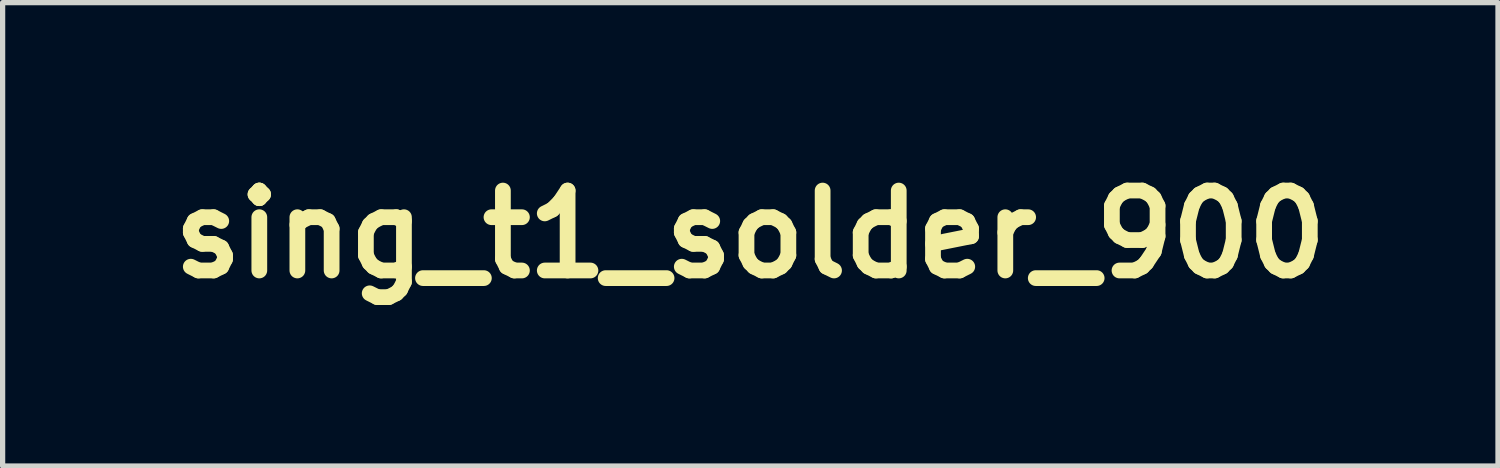
<source format=kicad_pcb>
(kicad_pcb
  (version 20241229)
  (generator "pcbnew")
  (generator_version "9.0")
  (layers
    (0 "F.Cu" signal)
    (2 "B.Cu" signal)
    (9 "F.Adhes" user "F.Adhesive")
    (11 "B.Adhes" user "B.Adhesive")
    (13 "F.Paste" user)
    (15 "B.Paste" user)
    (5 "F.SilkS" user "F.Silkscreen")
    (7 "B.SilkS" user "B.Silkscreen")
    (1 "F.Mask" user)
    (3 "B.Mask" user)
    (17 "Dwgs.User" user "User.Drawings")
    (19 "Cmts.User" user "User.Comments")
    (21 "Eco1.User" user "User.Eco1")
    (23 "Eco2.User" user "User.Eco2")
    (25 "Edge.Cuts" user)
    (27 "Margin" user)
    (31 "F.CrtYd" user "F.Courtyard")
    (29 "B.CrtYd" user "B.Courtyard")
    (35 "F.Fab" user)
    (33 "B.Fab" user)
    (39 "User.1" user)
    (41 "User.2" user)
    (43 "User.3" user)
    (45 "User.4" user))
  (footprint "sing_t1_solder_900"
    (layer "F.Cu")
    (at 11.256 1.418)
    (property "Reference" "sing_t1_solder_900" (at 0 0 0) (layer "F.SilkS") (effects (font (size 1.524 1.524) (thickness 0.3))))
    (attr through_hole)
    (fp_poly (pts (xy 1.806 -0.607) (xy 1.792 -0.593) (xy 1.778 -0.607) (xy 1.792 -0.621) (xy 1.806 -0.607)) (stroke (width 0.01) (type solid)) (fill yes) (layer "F.Mask"))
    (fp_poly (pts (xy 2.54 0.212) (xy 2.526 0.226) (xy 2.512 0.212) (xy 2.526 0.198) (xy 2.54 0.212)) (stroke (width 0.01) (type solid)) (fill yes) (layer "F.Mask"))
    (fp_poly (pts (xy -5.739 0.687) (xy -5.742 0.704) (xy -5.757 0.706) (xy -5.781 0.695) (xy -5.776 0.687) (xy -5.743 0.683) (xy -5.739 0.687)) (stroke (width 0.01) (type solid)) (fill yes) (layer "F.Mask"))
    (fp_poly (pts (xy 5.071 0.687) (xy 5.067 0.704) (xy 5.052 0.706) (xy 5.029 0.695) (xy 5.033 0.687) (xy 5.066 0.683) (xy 5.071 0.687)) (stroke (width 0.01) (type solid)) (fill yes) (layer "F.Mask"))
    (fp_poly (pts (xy -5.874 -0.718) (xy -5.87 -0.696) (xy -5.846 -0.657) (xy -5.807 -0.647) (xy -5.743 -0.646) (xy -5.807 -0.62) (xy -5.827 -0.61) (xy -5.843 -0.596) (xy -5.854 -0.569) (xy -5.862 -0.522) (xy -5.866 -0.449) (xy -5.869 -0.343) (xy -5.87 -0.195) (xy -5.87 0.001) (xy -5.87 0.039) (xy -5.869 0.257) (xy -5.867 0.424) (xy -5.862 0.546) (xy -5.855 0.626) (xy -5.846 0.672) (xy -5.835 0.687) (xy -5.814 0.7) (xy -5.835 0.703) (xy -5.865 0.729) (xy -5.871 0.755) (xy -5.875 0.789) (xy -5.892 0.777) (xy -5.91 0.755) (xy -5.961 0.72) (xy -6.044 0.693) (xy -6.076 0.688) (xy -6.155 0.679) (xy -6.194 0.687) (xy -6.211 0.718) (xy -6.217 0.751) (xy -6.229 0.833) (xy -6.233 0.757) (xy -6.253 0.693) (xy -6.301 0.669) (xy -6.344 0.66) (xy -6.333 0.655) (xy -6.304 0.653) (xy -6.285 0.65) (xy -6.27 0.64) (xy -6.266 0.63) (xy -6.199 0.63) (xy -6.196 0.647) (xy -6.181 0.649) (xy -6.157 0.639) (xy -6.162 0.63) (xy -6.195 0.627) (xy -6.199 0.63) (xy -6.266 0.63) (xy -6.259 0.615) (xy -6.258 0.607) (xy -5.955 0.607) (xy -5.941 0.621) (xy -5.927 0.607) (xy -5.941 0.593) (xy -5.955 0.607) (xy -6.258 0.607) (xy -6.251 0.569) (xy -6.249 0.533) (xy -5.976 0.533) (xy -5.955 0.519) (xy -5.951 0.516) (xy -5.929 0.479) (xy -5.932 0.465) (xy -5.953 0.473) (xy -5.967 0.5) (xy -5.976 0.533) (xy -6.249 0.533) (xy -6.247 0.494) (xy -6.245 0.423) (xy -6.209 0.423) (xy -6.199 0.447) (xy -6.19 0.442) (xy -6.187 0.413) (xy -6.011 0.413) (xy -5.998 0.421) (xy -5.96 0.385) (xy -5.951 0.374) (xy -5.927 0.341) (xy -5.941 0.348) (xy -5.962 0.363) (xy -6.001 0.398) (xy -6.011 0.413) (xy -6.187 0.413) (xy -6.187 0.409) (xy -6.19 0.405) (xy -6.207 0.408) (xy -6.209 0.423) (xy -6.245 0.423) (xy -6.244 0.384) (xy -6.242 0.28) (xy -5.976 0.28) (xy -5.972 0.282) (xy -5.947 0.262) (xy -5.941 0.254) (xy -5.934 0.228) (xy -5.937 0.226) (xy -5.963 0.246) (xy -5.969 0.254) (xy -5.976 0.28) (xy -6.242 0.28) (xy -6.242 0.231) (xy -6.242 0.225) (xy -6.065 0.225) (xy -6.064 0.226) (xy -6.037 0.207) (xy -5.99 0.162) (xy -5.983 0.155) (xy -5.943 0.109) (xy -5.93 0.085) (xy -5.931 0.085) (xy -5.958 0.103) (xy -6.005 0.148) (xy -6.011 0.155) (xy -6.052 0.202) (xy -6.065 0.225) (xy -6.242 0.225) (xy -6.24 0.029) (xy -6.24 0.028) (xy -6.24 0.026) (xy -6.098 0.026) (xy -6.012 -0.022) (xy -5.954 -0.068) (xy -5.927 -0.116) (xy -5.927 -0.12) (xy -5.93 -0.159) (xy -5.946 -0.161) (xy -5.982 -0.124) (xy -6.023 -0.071) (xy -6.098 0.026) (xy -6.24 0.026) (xy -6.24 -0.042) (xy -6.209 -0.042) (xy -6.195 -0.028) (xy -6.181 -0.042) (xy -6.195 -0.056) (xy -6.209 -0.042) (xy -6.24 -0.042) (xy -6.24 -0.184) (xy -6.24 -0.208) (xy -6.011 -0.208) (xy -5.998 -0.2) (xy -5.96 -0.236) (xy -5.951 -0.247) (xy -5.927 -0.28) (xy -5.941 -0.273) (xy -5.962 -0.258) (xy -6.001 -0.223) (xy -6.011 -0.208) (xy -6.24 -0.208) (xy -6.241 -0.342) (xy -5.976 -0.342) (xy -5.955 -0.356) (xy -5.951 -0.359) (xy -5.929 -0.396) (xy -5.932 -0.41) (xy -5.953 -0.401) (xy -5.967 -0.375) (xy -5.976 -0.342) (xy -6.241 -0.342) (xy -6.241 -0.345) (xy -6.245 -0.462) (xy -6.248 -0.494) (xy -5.955 -0.494) (xy -5.941 -0.48) (xy -5.927 -0.494) (xy -5.941 -0.508) (xy -5.955 -0.494) (xy -6.248 -0.494) (xy -6.251 -0.538) (xy -6.26 -0.58) (xy -6.272 -0.593) (xy -6.272 -0.593) (xy -6.291 -0.601) (xy -6.277 -0.614) (xy -6.239 -0.658) (xy -6.229 -0.677) (xy -6.216 -0.7) (xy -6.211 -0.669) (xy -6.211 -0.669) (xy -6.202 -0.639) (xy -6.168 -0.626) (xy -6.097 -0.625) (xy -6.061 -0.626) (xy -5.97 -0.638) (xy -5.92 -0.656) (xy -5.913 -0.668) (xy -5.896 -0.716) (xy -5.891 -0.722) (xy -5.874 -0.718)) (stroke (width 0.01) (type solid)) (fill yes) (layer "F.Mask"))
    (fp_poly (pts (xy -0.255 -0.724) (xy -0.254 -0.706) (xy -0.249 -0.677) (xy -0.226 -0.66) (xy -0.174 -0.65) (xy -0.081 -0.646) (xy -0.035 -0.645) (xy 0.059 -0.642) (xy 0.118 -0.637) (xy 0.133 -0.631) (xy 0.127 -0.629) (xy 0.069 -0.599) (xy 0.02 -0.549) (xy -0.009 -0.503) (xy 0.000247 -0.493) (xy 0.01 -0.496) (xy 0.029 -0.494) (xy 0.042 -0.465) (xy 0.049 -0.399) (xy 0.053 -0.289) (xy 0.054 -0.238) (xy 0.052 -0.078) (xy 0.041 0.029) (xy 0.022 0.079) (xy 0.001 0.11) (xy 0.018 0.104) (xy 0.021 0.103) (xy 0.052 0.097) (xy 0.052 0.123) (xy 0.023 0.164) (xy 0.004 0.191) (xy 0.028 0.198) (xy 0.052 0.206) (xy 0.036 0.23) (xy 0.025 0.271) (xy 0.053 0.312) (xy 0.108 0.337) (xy 0.127 0.339) (xy 0.157 0.353) (xy 0.151 0.374) (xy 0.144 0.394) (xy 0.172 0.375) (xy 0.175 0.373) (xy 0.216 0.357) (xy 0.298 0.346) (xy 0.425 0.339) (xy 0.602 0.337) (xy 0.632 0.337) (xy 0.793 0.336) (xy 0.906 0.334) (xy 0.98 0.329) (xy 1.022 0.32) (xy 1.042 0.306) (xy 1.046 0.288) (xy 1.053 0.261) (xy 1.063 0.277) (xy 1.057 0.323) (xy 1.028 0.37) (xy 0.995 0.408) (xy 1.001 0.415) (xy 1.025 0.407) (xy 1.065 0.407) (xy 1.072 0.432) (xy 1.056 0.476) (xy 1.043 0.485) (xy 1.031 0.515) (xy 1.054 0.574) (xy 1.079 0.647) (xy 1.08 0.707) (xy 1.061 0.755) (xy 1.048 0.753) (xy 1.044 0.72) (xy 1.03 0.694) (xy 0.98 0.68) (xy 0.885 0.674) (xy 0.882 0.674) (xy 0.79 0.673) (xy 0.723 0.673) (xy 0.699 0.674) (xy 0.66 0.667) (xy 0.611 0.651) (xy 0.55 0.64) (xy 0.519 0.649) (xy 0.478 0.665) (xy 0.406 0.678) (xy 0.319 0.686) (xy 0.237 0.687) (xy 0.179 0.682) (xy 0.163 0.673) (xy 0.132 0.649) (xy 0.093 0.637) (xy 0.048 0.637) (xy 0.047 0.664) (xy 0.046 0.688) (xy 0.009 0.687) (xy -0.021 0.68) (xy -0.109 0.65) (xy -0.177 0.613) (xy -0.228 0.563) (xy -0.231 0.557) (xy 0.413 0.557) (xy 0.431 0.553) (xy 0.493 0.515) (xy 0.499 0.511) (xy 0.746 0.511) (xy 0.752 0.519) (xy 0.793 0.499) (xy 0.801 0.494) (xy 0.852 0.456) (xy 0.875 0.434) (xy 0.875 0.433) (xy 0.856 0.433) (xy 0.814 0.455) (xy 0.77 0.486) (xy 0.746 0.511) (xy 0.499 0.511) (xy 0.554 0.474) (xy 0.62 0.425) (xy 0.654 0.388) (xy 0.654 0.381) (xy 0.79 0.381) (xy 0.804 0.395) (xy 0.818 0.381) (xy 0.804 0.367) (xy 0.79 0.381) (xy 0.654 0.381) (xy 0.653 0.373) (xy 0.615 0.384) (xy 0.553 0.425) (xy 0.507 0.463) (xy 0.438 0.527) (xy 0.413 0.557) (xy -0.231 0.557) (xy -0.256 0.506) (xy -0.191 0.506) (xy -0.187 0.508) (xy -0.161 0.488) (xy -0.155 0.48) (xy -0.148 0.453) (xy -0.152 0.452) (xy -0.178 0.471) (xy -0.183 0.48) (xy -0.191 0.506) (xy -0.256 0.506) (xy -0.264 0.49) (xy -0.281 0.415) (xy 0.257 0.415) (xy 0.285 0.409) (xy 0.29 0.407) (xy 0.325 0.385) (xy 0.325 0.372) (xy 0.295 0.376) (xy 0.275 0.392) (xy 0.257 0.415) (xy -0.281 0.415) (xy -0.287 0.39) (xy -0.301 0.253) (xy -0.308 0.073) (xy -0.309 -0.002) (xy -0.021 -0.002) (xy -0.017 0) (xy 0.008 -0.02) (xy 0.014 -0.028) (xy 0.021 -0.055) (xy 0.017 -0.056) (xy -0.008 -0.037) (xy -0.014 -0.028) (xy -0.021 -0.002) (xy -0.309 -0.002) (xy -0.31 -0.114) (xy -0.311 -0.171) (xy -0.021 -0.171) (xy -0.017 -0.169) (xy 0.008 -0.189) (xy 0.014 -0.198) (xy 0.021 -0.224) (xy 0.017 -0.226) (xy -0.008 -0.206) (xy -0.014 -0.198) (xy -0.021 -0.171) (xy -0.311 -0.171) (xy -0.311 -0.284) (xy -0.312 -0.296) (xy 0 -0.296) (xy 0.014 -0.282) (xy 0.028 -0.296) (xy 0.014 -0.31) (xy 0 -0.296) (xy -0.312 -0.296) (xy -0.312 -0.438) (xy -0.312 -0.522) (xy -0.226 -0.522) (xy -0.212 -0.508) (xy -0.198 -0.522) (xy -0.212 -0.536) (xy -0.226 -0.522) (xy -0.312 -0.522) (xy -0.313 -0.565) (xy -0.312 -0.656) (xy -0.312 -0.699) (xy -0.298 -0.75) (xy -0.273 -0.759) (xy -0.255 -0.724)) (stroke (width 0.01) (type solid)) (fill yes) (layer "F.Mask"))
    (fp_poly (pts (xy -2.485 -0.688) (xy -2.484 -0.672) (xy -2.473 -0.644) (xy -2.434 -0.627) (xy -2.354 -0.617) (xy -2.307 -0.614) (xy -2.131 -0.604) (xy -2.484 -0.593) (xy -2.484 -0.451) (xy -2.482 -0.368) (xy -2.472 -0.328) (xy -2.447 -0.32) (xy -2.413 -0.327) (xy -2.358 -0.331) (xy -2.342 -0.314) (xy -2.364 -0.302) (xy -2.431 -0.293) (xy -2.546 -0.287) (xy -2.713 -0.283) (xy -2.921 -0.282) (xy -3.5 -0.282) (xy -3.5 0.058) (xy -3.497 0.214) (xy -3.491 0.321) (xy -3.48 0.375) (xy -3.471 0.381) (xy -3.445 0.384) (xy -3.443 0.394) (xy -3.427 0.411) (xy -3.389 0.396) (xy -3.333 0.379) (xy -3.251 0.369) (xy -3.157 0.366) (xy -3.066 0.368) (xy -2.994 0.377) (xy -2.954 0.391) (xy -2.952 0.402) (xy -2.96 0.423) (xy -2.935 0.404) (xy -2.934 0.402) (xy -2.877 0.375) (xy -2.824 0.369) (xy -2.775 0.372) (xy -2.778 0.386) (xy -2.804 0.404) (xy -2.867 0.449) (xy -2.917 0.489) (xy -2.935 0.51) (xy -2.92 0.504) (xy -2.765 0.504) (xy -2.748 0.508) (xy -2.706 0.492) (xy -2.665 0.464) (xy -2.639 0.442) (xy -2.442 0.442) (xy -2.43 0.451) (xy -2.386 0.433) (xy -2.371 0.424) (xy -2.343 0.396) (xy -2.343 0.385) (xy -2.373 0.389) (xy -2.411 0.412) (xy -2.442 0.442) (xy -2.639 0.442) (xy -2.631 0.435) (xy -2.64 0.435) (xy -2.681 0.454) (xy -2.747 0.488) (xy -2.765 0.504) (xy -2.92 0.504) (xy -2.906 0.499) (xy -2.831 0.459) (xy -2.711 0.388) (xy -2.702 0.383) (xy -2.664 0.332) (xy -2.659 0.304) (xy -2.381 0.304) (xy -2.37 0.31) (xy -2.346 0.288) (xy -2.342 0.268) (xy -2.348 0.23) (xy -2.354 0.226) (xy -2.372 0.248) (xy -2.381 0.268) (xy -2.381 0.304) (xy -2.659 0.304) (xy -2.653 0.274) (xy -2.653 0.195) (xy -3.013 0.199) (xy -3.147 0.2) (xy -3.257 0.198) (xy -3.334 0.194) (xy -3.365 0.188) (xy -3.365 0.187) (xy -3.362 0.151) (xy -3.359 0.077) (xy -3.358 0.007) (xy -3.358 -0.071) (xy -2.907 -0.071) (xy -2.893 -0.056) (xy -2.879 -0.071) (xy -2.738 -0.071) (xy -2.723 -0.056) (xy -2.709 -0.071) (xy -2.723 -0.085) (xy -2.738 -0.071) (xy -2.879 -0.071) (xy -2.893 -0.085) (xy -2.907 -0.071) (xy -3.358 -0.071) (xy -3.358 -0.155) (xy -3.21 -0.15) (xy -3.128 -0.148) (xy -3.005 -0.146) (xy -2.854 -0.144) (xy -2.691 -0.143) (xy -2.632 -0.143) (xy -2.458 -0.14) (xy -2.326 -0.135) (xy -2.239 -0.126) (xy -2.202 -0.115) (xy -2.201 -0.113) (xy -2.224 -0.088) (xy -2.244 -0.085) (xy -2.274 -0.065) (xy -2.285 -0.002) (xy -2.286 0.024) (xy -2.277 0.104) (xy -2.246 0.149) (xy -2.223 0.163) (xy -2.159 0.194) (xy -2.223 0.196) (xy -2.272 0.212) (xy -2.286 0.266) (xy -2.273 0.324) (xy -2.251 0.348) (xy -2.23 0.361) (xy -2.251 0.365) (xy -2.278 0.391) (xy -2.286 0.434) (xy -2.311 0.503) (xy -2.38 0.586) (xy -2.399 0.603) (xy -2.512 0.706) (xy -3.004 0.706) (xy -3.181 0.706) (xy -3.31 0.707) (xy -3.398 0.71) (xy -3.454 0.717) (xy -3.485 0.727) (xy -3.499 0.743) (xy -3.505 0.764) (xy -3.506 0.769) (xy -3.516 0.833) (xy -3.538 0.769) (xy -3.568 0.72) (xy -3.595 0.706) (xy -3.675 0.685) (xy -3.73 0.65) (xy -3.5 0.65) (xy -3.478 0.673) (xy -3.426 0.676) (xy -3.368 0.66) (xy -3.327 0.63) (xy -3.327 0.63) (xy -3.067 0.63) (xy -3.063 0.647) (xy -3.048 0.649) (xy -3.025 0.639) (xy -3.029 0.63) (xy -3.063 0.627) (xy -3.067 0.63) (xy -3.327 0.63) (xy -3.319 0.621) (xy -2.521 0.621) (xy -2.519 0.621) (xy -2.478 0.604) (xy -2.423 0.565) (xy -2.382 0.524) (xy -2.382 0.51) (xy -2.415 0.523) (xy -2.473 0.562) (xy -2.476 0.564) (xy -2.516 0.602) (xy -2.521 0.621) (xy -3.319 0.621) (xy -3.304 0.599) (xy -3.32 0.601) (xy -3.354 0.618) (xy -3.418 0.64) (xy -3.459 0.638) (xy -3.494 0.639) (xy -3.5 0.65) (xy -3.73 0.65) (xy -3.758 0.633) (xy -3.815 0.568) (xy -3.816 0.567) (xy -3.817 0.563) (xy -3.493 0.563) (xy -3.489 0.564) (xy -3.478 0.556) (xy -3.187 0.556) (xy -3.177 0.564) (xy -3.169 0.564) (xy -3.153 0.556) (xy -2.706 0.556) (xy -2.678 0.551) (xy -2.673 0.549) (xy -2.638 0.526) (xy -2.638 0.513) (xy -2.668 0.517) (xy -2.689 0.533) (xy -2.706 0.556) (xy -3.153 0.556) (xy -3.13 0.544) (xy -3.101 0.515) (xy -3.077 0.482) (xy -3.09 0.487) (xy -3.119 0.507) (xy -3.166 0.542) (xy -3.187 0.556) (xy -3.478 0.556) (xy -3.463 0.545) (xy -3.458 0.537) (xy -3.288 0.537) (xy -3.18 0.478) (xy -3.041 0.478) (xy -3.037 0.48) (xy -3.011 0.46) (xy -3.006 0.452) (xy -2.998 0.425) (xy -3.002 0.423) (xy -3.028 0.443) (xy -3.034 0.452) (xy -3.041 0.478) (xy -3.18 0.478) (xy -3.175 0.475) (xy -3.105 0.436) (xy -3.059 0.409) (xy -3.05 0.404) (xy -3.062 0.396) (xy -3.079 0.395) (xy -3.125 0.412) (xy -3.189 0.455) (xy -3.203 0.466) (xy -3.288 0.537) (xy -3.458 0.537) (xy -3.457 0.536) (xy -3.45 0.51) (xy -3.454 0.508) (xy -3.48 0.528) (xy -3.485 0.536) (xy -3.493 0.563) (xy -3.817 0.563) (xy -3.829 0.522) (xy -3.754 0.522) (xy -3.739 0.536) (xy -3.725 0.522) (xy -3.739 0.508) (xy -3.754 0.522) (xy -3.829 0.522) (xy -3.832 0.514) (xy -3.842 0.42) (xy -3.849 0.28) (xy -3.85 0.101) (xy -3.641 0.101) (xy -3.619 0.102) (xy -3.598 0.095) (xy -3.561 0.065) (xy -3.556 0.05) (xy -3.573 0.041) (xy -3.598 0.056) (xy -3.633 0.09) (xy -3.641 0.101) (xy -3.85 0.101) (xy -3.85 0.09) (xy -3.85 0.045) (xy -3.849 -0.071) (xy -3.584 -0.071) (xy -3.57 -0.056) (xy -3.556 -0.071) (xy -3.57 -0.085) (xy -3.584 -0.071) (xy -3.849 -0.071) (xy -3.847 -0.155) (xy -3.584 -0.155) (xy -3.57 -0.141) (xy -3.556 -0.155) (xy -3.57 -0.169) (xy -3.584 -0.155) (xy -3.847 -0.155) (xy -3.847 -0.157) (xy -3.843 -0.24) (xy -3.584 -0.24) (xy -3.57 -0.226) (xy -3.556 -0.24) (xy -3.57 -0.254) (xy -3.584 -0.24) (xy -3.843 -0.24) (xy -3.842 -0.268) (xy -3.669 -0.268) (xy -3.655 -0.254) (xy -3.641 -0.268) (xy -3.655 -0.282) (xy -3.669 -0.268) (xy -3.842 -0.268) (xy -3.84 -0.309) (xy -3.838 -0.325) (xy -3.584 -0.325) (xy -3.57 -0.31) (xy -3.556 -0.325) (xy -3.565 -0.334) (xy -2.952 -0.334) (xy -2.937 -0.319) (xy -2.883 -0.311) (xy -2.866 -0.31) (xy -2.8 -0.313) (xy -2.767 -0.32) (xy -2.766 -0.321) (xy -2.79 -0.335) (xy -2.845 -0.344) (xy -2.906 -0.345) (xy -2.947 -0.338) (xy -2.952 -0.334) (xy -3.565 -0.334) (xy -3.57 -0.339) (xy -3.584 -0.325) (xy -3.838 -0.325) (xy -3.826 -0.416) (xy -3.806 -0.486) (xy -3.779 -0.522) (xy -2.879 -0.522) (xy -2.865 -0.508) (xy -2.85 -0.522) (xy -2.865 -0.536) (xy -2.879 -0.522) (xy -3.779 -0.522) (xy -3.778 -0.524) (xy -3.74 -0.536) (xy -3.737 -0.536) (xy -3.707 -0.549) (xy -3.709 -0.561) (xy -3.71 -0.579) (xy -3.5 -0.579) (xy -3.485 -0.564) (xy -3.471 -0.579) (xy -3.274 -0.579) (xy -3.26 -0.564) (xy -3.246 -0.579) (xy -3.189 -0.579) (xy -3.175 -0.564) (xy -3.161 -0.579) (xy -3.166 -0.583) (xy -3.095 -0.583) (xy -3.091 -0.566) (xy -3.076 -0.564) (xy -3.053 -0.575) (xy -3.055 -0.579) (xy -3.02 -0.579) (xy -3.006 -0.564) (xy -2.992 -0.579) (xy -2.907 -0.579) (xy -2.893 -0.564) (xy -2.879 -0.579) (xy -2.883 -0.583) (xy -2.785 -0.583) (xy -2.781 -0.566) (xy -2.766 -0.564) (xy -2.743 -0.575) (xy -2.745 -0.579) (xy -2.568 -0.579) (xy -2.554 -0.564) (xy -2.54 -0.579) (xy -2.554 -0.593) (xy -2.568 -0.579) (xy -2.745 -0.579) (xy -2.747 -0.583) (xy -2.78 -0.587) (xy -2.785 -0.583) (xy -2.883 -0.583) (xy -2.893 -0.593) (xy -2.907 -0.579) (xy -2.992 -0.579) (xy -3.006 -0.593) (xy -3.02 -0.579) (xy -3.055 -0.579) (xy -3.057 -0.583) (xy -3.091 -0.587) (xy -3.095 -0.583) (xy -3.166 -0.583) (xy -3.175 -0.593) (xy -3.189 -0.579) (xy -3.246 -0.579) (xy -3.26 -0.593) (xy -3.274 -0.579) (xy -3.471 -0.579) (xy -3.485 -0.593) (xy -3.5 -0.579) (xy -3.71 -0.579) (xy -3.71 -0.58) (xy -3.682 -0.595) (xy -3.62 -0.606) (xy -3.519 -0.613) (xy -3.374 -0.618) (xy -3.181 -0.62) (xy -3.071 -0.621) (xy -2.884 -0.621) (xy -2.746 -0.623) (xy -2.648 -0.627) (xy -2.584 -0.634) (xy -2.545 -0.644) (xy -2.523 -0.659) (xy -2.514 -0.67) (xy -2.492 -0.704) (xy -2.485 -0.688)) (stroke (width 0.01) (type solid)) (fill yes) (layer "F.Mask"))
    (fp_poly (pts (xy -5.252 -0.684) (xy -5.224 -0.66) (xy -5.15 -0.649) (xy -5.138 -0.649) (xy -5.09 -0.646) (xy -5.048 -0.632) (xy -5.006 -0.602) (xy -4.96 -0.55) (xy -4.905 -0.468) (xy -4.836 -0.352) (xy -4.747 -0.195) (xy -4.697 -0.105) (xy -4.53 0.2) (xy -4.524 0.042) (xy -4.177 0.042) (xy -4.163 0.056) (xy -4.149 0.042) (xy -4.163 0.028) (xy -4.177 0.042) (xy -4.524 0.042) (xy -4.522 -0.019) (xy -4.228 -0.019) (xy -4.228 -0.000463) (xy -4.223 0) (xy -4.199 -0.019) (xy -4.173 -0.049) (xy -4.149 -0.083) (xy -4.163 -0.076) (xy -4.184 -0.06) (xy -4.228 -0.019) (xy -4.522 -0.019) (xy -4.518 -0.155) (xy -4.177 -0.155) (xy -4.163 -0.141) (xy -4.149 -0.155) (xy -4.163 -0.169) (xy -4.177 -0.155) (xy -4.518 -0.155) (xy -4.515 -0.24) (xy -4.459 -0.24) (xy -4.445 -0.226) (xy -4.431 -0.24) (xy -4.177 -0.24) (xy -4.163 -0.226) (xy -4.149 -0.24) (xy -4.163 -0.254) (xy -4.177 -0.24) (xy -4.431 -0.24) (xy -4.445 -0.254) (xy -4.459 -0.24) (xy -4.515 -0.24) (xy -4.514 -0.26) (xy -4.512 -0.325) (xy -4.177 -0.325) (xy -4.163 -0.31) (xy -4.149 -0.325) (xy -4.163 -0.339) (xy -4.177 -0.325) (xy -4.512 -0.325) (xy -4.512 -0.341) (xy -4.452 -0.341) (xy -4.448 -0.339) (xy -4.423 -0.359) (xy -4.417 -0.367) (xy -4.41 -0.393) (xy -4.413 -0.395) (xy -4.439 -0.375) (xy -4.445 -0.367) (xy -4.452 -0.341) (xy -4.512 -0.341) (xy -4.509 -0.409) (xy -4.177 -0.409) (xy -4.163 -0.395) (xy -4.149 -0.409) (xy -4.163 -0.423) (xy -4.177 -0.409) (xy -4.509 -0.409) (xy -4.509 -0.41) (xy -4.504 -0.536) (xy -4.499 -0.627) (xy -4.495 -0.677) (xy -4.493 -0.682) (xy -4.475 -0.662) (xy -4.421 -0.652) (xy -4.323 -0.652) (xy -4.288 -0.653) (xy -4.088 -0.662) (xy -4.091 0.005) (xy -4.094 0.673) (xy -4.016 0.687) (xy -4.01 0.692) (xy -4.053 0.695) (xy -4.137 0.695) (xy -4.254 0.693) (xy -4.255 0.693) (xy -4.398 0.69) (xy -4.495 0.692) (xy -4.554 0.7) (xy -4.587 0.714) (xy -4.597 0.727) (xy -4.624 0.752) (xy -4.64 0.737) (xy -4.683 0.71) (xy -4.71 0.706) (xy -4.752 0.685) (xy -4.76 0.662) (xy -4.742 0.631) (xy -4.724 0.632) (xy -4.719 0.618) (xy -4.736 0.579) (xy -4.318 0.579) (xy -4.304 0.593) (xy -4.29 0.579) (xy -4.304 0.564) (xy -4.318 0.579) (xy -4.736 0.579) (xy -4.741 0.566) (xy -4.765 0.522) (xy -4.657 0.522) (xy -4.643 0.536) (xy -4.628 0.522) (xy -4.643 0.508) (xy -4.657 0.522) (xy -4.765 0.522) (xy -4.784 0.488) (xy -4.793 0.471) (xy -4.806 0.45) (xy -4.339 0.45) (xy -4.335 0.452) (xy -4.31 0.432) (xy -4.304 0.423) (xy -4.297 0.397) (xy -4.301 0.395) (xy -4.326 0.415) (xy -4.332 0.423) (xy -4.339 0.45) (xy -4.806 0.45) (xy -4.845 0.384) (xy -4.262 0.384) (xy -4.24 0.381) (xy -4.191 0.362) (xy -4.139 0.33) (xy -4.12 0.305) (xy -4.14 0.301) (xy -4.188 0.325) (xy -4.191 0.327) (xy -4.241 0.363) (xy -4.262 0.384) (xy -4.845 0.384) (xy -4.857 0.364) (xy -4.876 0.331) (xy -4.569 0.331) (xy -4.541 0.325) (xy -4.536 0.323) (xy -4.501 0.3) (xy -4.501 0.288) (xy -4.531 0.291) (xy -4.551 0.307) (xy -4.569 0.331) (xy -4.876 0.331) (xy -4.905 0.28) (xy -4.226 0.28) (xy -4.223 0.282) (xy -4.197 0.262) (xy -4.191 0.254) (xy -4.184 0.228) (xy -4.188 0.226) (xy -4.213 0.246) (xy -4.219 0.254) (xy -4.226 0.28) (xy -4.905 0.28) (xy -4.934 0.23) (xy -4.941 0.217) (xy -4.279 0.217) (xy -4.239 0.2) (xy -4.238 0.2) (xy -4.184 0.163) (xy -4.161 0.138) (xy -4.16 0.122) (xy -4.2 0.138) (xy -4.2 0.138) (xy -4.254 0.176) (xy -4.278 0.201) (xy -4.279 0.217) (xy -4.941 0.217) (xy -4.975 0.155) (xy -4.657 0.155) (xy -4.643 0.169) (xy -4.628 0.155) (xy -4.643 0.141) (xy -4.657 0.155) (xy -4.975 0.155) (xy -5.01 0.094) (xy -5.031 0.055) (xy -4.734 0.055) (xy -4.731 0.056) (xy -4.705 0.037) (xy -4.699 0.028) (xy -4.692 0.002) (xy -4.696 0) (xy -4.721 0.02) (xy -4.727 0.028) (xy -4.734 0.055) (xy -5.031 0.055) (xy -5.032 0.053) (xy -5.046 0.026) (xy -4.791 0.026) (xy -4.787 0.028) (xy -4.761 0.008) (xy -4.755 0) (xy -4.748 -0.026) (xy -4.752 -0.028) (xy -4.778 -0.008) (xy -4.784 0) (xy -4.791 0.026) (xy -5.046 0.026) (xy -5.106 -0.083) (xy -5.119 -0.103) (xy -4.788 -0.103) (xy -4.784 -0.087) (xy -4.77 -0.085) (xy -4.746 -0.095) (xy -4.751 -0.103) (xy -4.784 -0.107) (xy -4.788 -0.103) (xy -5.119 -0.103) (xy -5.162 -0.174) (xy -5.19 -0.208) (xy -4.939 -0.208) (xy -4.925 -0.2) (xy -4.888 -0.236) (xy -4.879 -0.247) (xy -4.854 -0.28) (xy -4.869 -0.273) (xy -4.889 -0.258) (xy -4.929 -0.223) (xy -4.939 -0.208) (xy -5.19 -0.208) (xy -5.2 -0.22) (xy -5.226 -0.217) (xy -5.24 -0.165) (xy -5.247 -0.061) (xy -5.249 0.096) (xy -5.249 0.194) (xy -5.249 0.364) (xy -5.248 0.485) (xy -5.244 0.566) (xy -5.237 0.615) (xy -5.225 0.64) (xy -5.208 0.649) (xy -5.186 0.651) (xy -5.142 0.654) (xy -5.153 0.663) (xy -5.179 0.673) (xy -5.244 0.685) (xy -5.331 0.689) (xy -5.348 0.688) (xy -5.447 0.684) (xy -5.537 0.681) (xy -5.546 0.68) (xy -5.63 0.677) (xy -5.629 0.621) (xy -5.588 0.621) (xy -5.578 0.644) (xy -5.569 0.64) (xy -5.566 0.606) (xy -5.569 0.602) (xy -5.586 0.606) (xy -5.588 0.621) (xy -5.629 0.621) (xy -5.628 0.522) (xy -5.306 0.522) (xy -5.292 0.536) (xy -5.278 0.522) (xy -5.292 0.508) (xy -5.306 0.522) (xy -5.628 0.522) (xy -5.626 0.423) (xy -5.334 0.423) (xy -5.324 0.451) (xy -5.322 0.452) (xy -5.297 0.432) (xy -5.292 0.423) (xy -5.294 0.397) (xy -5.304 0.395) (xy -5.333 0.416) (xy -5.334 0.423) (xy -5.626 0.423) (xy -5.626 0.381) (xy -5.56 0.381) (xy -5.546 0.395) (xy -5.532 0.381) (xy -5.546 0.367) (xy -5.56 0.381) (xy -5.626 0.381) (xy -5.623 0.183) (xy -5.334 0.183) (xy -5.32 0.198) (xy -5.306 0.183) (xy -5.32 0.169) (xy -5.334 0.183) (xy -5.623 0.183) (xy -5.62 -0.014) (xy -5.334 -0.014) (xy -5.32 0) (xy -5.306 -0.014) (xy -5.32 -0.028) (xy -5.334 -0.014) (xy -5.62 -0.014) (xy -5.619 -0.035) (xy -5.617 -0.183) (xy -5.334 -0.183) (xy -5.32 -0.169) (xy -5.306 -0.183) (xy -5.32 -0.198) (xy -5.334 -0.183) (xy -5.617 -0.183) (xy -5.616 -0.225) (xy -5.615 -0.24) (xy -5.56 -0.24) (xy -5.546 -0.226) (xy -4.99 -0.226) (xy -4.963 -0.244) (xy -4.925 -0.282) (xy -4.892 -0.323) (xy -4.888 -0.339) (xy -4.915 -0.32) (xy -4.953 -0.282) (xy -4.986 -0.241) (xy -4.99 -0.226) (xy -5.546 -0.226) (xy -5.532 -0.24) (xy -5.546 -0.254) (xy -5.56 -0.24) (xy -5.615 -0.24) (xy -5.614 -0.268) (xy -5.306 -0.268) (xy -5.292 -0.254) (xy -5.278 -0.268) (xy -5.292 -0.282) (xy -5.306 -0.268) (xy -5.614 -0.268) (xy -5.613 -0.312) (xy -5.581 -0.312) (xy -5.577 -0.31) (xy -5.559 -0.325) (xy -5.221 -0.325) (xy -5.207 -0.31) (xy -5.193 -0.325) (xy -5.207 -0.339) (xy -5.221 -0.325) (xy -5.559 -0.325) (xy -5.551 -0.33) (xy -5.546 -0.339) (xy -5.54 -0.359) (xy -5.122 -0.359) (xy -5.109 -0.369) (xy -4.932 -0.369) (xy -4.928 -0.367) (xy -4.902 -0.387) (xy -4.897 -0.395) (xy -4.889 -0.421) (xy -4.893 -0.423) (xy -4.919 -0.403) (xy -4.925 -0.395) (xy -4.932 -0.369) (xy -5.109 -0.369) (xy -5.031 -0.425) (xy -4.977 -0.469) (xy -4.953 -0.5) (xy -4.954 -0.504) (xy -4.981 -0.496) (xy -5.029 -0.456) (xy -5.046 -0.439) (xy -5.122 -0.359) (xy -5.54 -0.359) (xy -5.538 -0.365) (xy -5.542 -0.367) (xy -5.568 -0.347) (xy -5.574 -0.339) (xy -5.581 -0.312) (xy -5.613 -0.312) (xy -5.611 -0.389) (xy -5.605 -0.521) (xy -5.604 -0.538) (xy -5.384 -0.538) (xy -5.38 -0.536) (xy -5.354 -0.556) (xy -5.348 -0.564) (xy -5.344 -0.579) (xy -5.249 -0.579) (xy -5.235 -0.564) (xy -5.221 -0.579) (xy -5.165 -0.579) (xy -5.151 -0.564) (xy -5.136 -0.579) (xy -5.151 -0.593) (xy -5.165 -0.579) (xy -5.221 -0.579) (xy -5.235 -0.593) (xy -5.249 -0.579) (xy -5.344 -0.579) (xy -5.341 -0.591) (xy -5.345 -0.593) (xy -5.371 -0.573) (xy -5.376 -0.564) (xy -5.384 -0.538) (xy -5.604 -0.538) (xy -5.599 -0.614) (xy -5.593 -0.663) (xy -5.588 -0.663) (xy -5.572 -0.615) (xy -5.564 -0.611) (xy -5.563 -0.614) (xy -5.533 -0.638) (xy -5.452 -0.649) (xy -5.421 -0.649) (xy -5.328 -0.656) (xy -5.275 -0.675) (xy -5.268 -0.684) (xy -5.255 -0.705) (xy -5.252 -0.684)) (stroke (width 0.01) (type solid)) (fill yes) (layer "F.Mask"))
    (fp_poly (pts (xy -6.806 -0.71) (xy -6.805 -0.696) (xy -6.794 -0.665) (xy -6.758 -0.652) (xy -6.683 -0.653) (xy -6.669 -0.654) (xy -6.537 -0.663) (xy -6.545 -0.494) (xy -6.552 -0.384) (xy -6.563 -0.32) (xy -6.585 -0.293) (xy -6.62 -0.293) (xy -6.641 -0.299) (xy -6.699 -0.308) (xy -6.793 -0.313) (xy -6.898 -0.313) (xy -7.095 -0.308) (xy -7.04 -0.37) (xy -7.003 -0.412) (xy -7.006 -0.419) (xy -7.048 -0.398) (xy -7.097 -0.357) (xy -7.112 -0.321) (xy -7.12 -0.3) (xy -7.149 -0.288) (xy -7.211 -0.283) (xy -7.314 -0.284) (xy -7.372 -0.286) (xy -7.495 -0.29) (xy -7.573 -0.289) (xy -7.617 -0.28) (xy -7.637 -0.263) (xy -7.643 -0.243) (xy -7.635 -0.188) (xy -7.616 -0.166) (xy -7.577 -0.158) (xy -7.491 -0.151) (xy -7.367 -0.145) (xy -7.216 -0.141) (xy -7.046 -0.138) (xy -7.041 -0.138) (xy -6.879 -0.136) (xy -6.741 -0.134) (xy -6.636 -0.13) (xy -6.571 -0.126) (xy -6.554 -0.122) (xy -6.555 -0.122) (xy -6.584 -0.109) (xy -6.58 -0.083) (xy -6.541 -0.032) (xy -6.534 -0.024) (xy -6.495 0.031) (xy -6.473 0.092) (xy -6.464 0.176) (xy -6.463 0.254) (xy -6.465 0.36) (xy -6.476 0.43) (xy -6.502 0.482) (xy -6.549 0.538) (xy -6.557 0.547) (xy -6.65 0.646) (xy -6.55 0.657) (xy -6.499 0.664) (xy -6.497 0.668) (xy -6.548 0.671) (xy -6.585 0.673) (xy -6.677 0.681) (xy -6.753 0.697) (xy -6.773 0.706) (xy -6.827 0.719) (xy -6.844 0.706) (xy -6.878 0.694) (xy -6.961 0.686) (xy -7.084 0.68) (xy -7.238 0.677) (xy -7.253 0.677) (xy -7.41 0.678) (xy -7.519 0.681) (xy -7.59 0.687) (xy -7.631 0.697) (xy -7.651 0.712) (xy -7.657 0.727) (xy -7.668 0.762) (xy -7.672 0.741) (xy -7.673 0.727) (xy -7.697 0.689) (xy -7.745 0.678) (xy -7.789 0.697) (xy -7.799 0.713) (xy -7.812 0.733) (xy -7.815 0.713) (xy -7.832 0.68) (xy -7.862 0.688) (xy -7.883 0.727) (xy -7.893 0.759) (xy -7.898 0.738) (xy -7.899 0.729) (xy -7.92 0.68) (xy -7.938 0.668) (xy -7.958 0.655) (xy -7.938 0.651) (xy -7.915 0.625) (xy -7.904 0.564) (xy -7.904 0.522) (xy -6.773 0.522) (xy -6.759 0.536) (xy -6.745 0.522) (xy -6.759 0.508) (xy -6.773 0.522) (xy -7.904 0.522) (xy -7.904 0.506) (xy -7.444 0.506) (xy -7.44 0.508) (xy -7.438 0.506) (xy -6.71 0.506) (xy -6.706 0.508) (xy -6.68 0.488) (xy -6.675 0.48) (xy -6.667 0.453) (xy -6.671 0.452) (xy -6.697 0.471) (xy -6.703 0.48) (xy -6.71 0.506) (xy -7.438 0.506) (xy -7.414 0.488) (xy -7.408 0.48) (xy -7.401 0.453) (xy -7.405 0.452) (xy -7.431 0.471) (xy -7.437 0.48) (xy -7.444 0.506) (xy -7.904 0.506) (xy -7.904 0.488) (xy -7.91 0.45) (xy -6.625 0.45) (xy -6.621 0.452) (xy -6.596 0.432) (xy -6.59 0.423) (xy -6.583 0.397) (xy -6.587 0.395) (xy -6.612 0.415) (xy -6.618 0.423) (xy -6.625 0.45) (xy -7.91 0.45) (xy -7.915 0.417) (xy -7.932 0.381) (xy -7.31 0.381) (xy -7.295 0.395) (xy -7.281 0.381) (xy -7.295 0.367) (xy -7.31 0.381) (xy -7.932 0.381) (xy -7.936 0.373) (xy -7.95 0.36) (xy -7.958 0.351) (xy -7.954 0.345) (xy -7.933 0.34) (xy -7.886 0.338) (xy -7.807 0.337) (xy -7.69 0.337) (xy -7.528 0.338) (xy -7.376 0.339) (xy -7.191 0.339) (xy -7.054 0.337) (xy -6.959 0.333) (xy -6.898 0.326) (xy -6.864 0.315) (xy -6.849 0.3) (xy -6.849 0.298) (xy -6.848 0.28) (xy -6.597 0.28) (xy -6.593 0.282) (xy -6.567 0.262) (xy -6.562 0.254) (xy -6.554 0.228) (xy -6.558 0.226) (xy -6.584 0.246) (xy -6.59 0.254) (xy -6.597 0.28) (xy -6.848 0.28) (xy -6.848 0.253) (xy -6.858 0.24) (xy -6.9 0.229) (xy -6.982 0.22) (xy -7.092 0.213) (xy -7.114 0.212) (xy -6.519 0.212) (xy -6.505 0.226) (xy -6.491 0.212) (xy -6.505 0.198) (xy -6.519 0.212) (xy -7.114 0.212) (xy -7.217 0.207) (xy -7.346 0.204) (xy -7.465 0.203) (xy -7.564 0.205) (xy -7.628 0.211) (xy -7.648 0.218) (xy -7.672 0.232) (xy -7.732 0.228) (xy -7.812 0.208) (xy -7.875 0.186) (xy -7.911 0.155) (xy -7.056 0.155) (xy -7.041 0.169) (xy -7.04 0.167) (xy -6.908 0.167) (xy -6.904 0.169) (xy -6.885 0.155) (xy -6.519 0.155) (xy -6.505 0.169) (xy -6.491 0.155) (xy -6.505 0.141) (xy -6.519 0.155) (xy -6.885 0.155) (xy -6.878 0.149) (xy -6.872 0.141) (xy -6.868 0.127) (xy -6.717 0.127) (xy -6.703 0.141) (xy -6.689 0.127) (xy -6.703 0.113) (xy -6.717 0.127) (xy -6.868 0.127) (xy -6.865 0.115) (xy -6.869 0.113) (xy -6.895 0.133) (xy -6.9 0.141) (xy -6.908 0.167) (xy -7.04 0.167) (xy -7.027 0.155) (xy -7.041 0.141) (xy -7.056 0.155) (xy -7.911 0.155) (xy -7.938 0.132) (xy -7.953 0.099) (xy -7.394 0.099) (xy -7.38 0.113) (xy -7.366 0.099) (xy -7.38 0.085) (xy -7.394 0.099) (xy -7.953 0.099) (xy -7.965 0.071) (xy -7.027 0.071) (xy -7.013 0.085) (xy -7.011 0.083) (xy -6.936 0.083) (xy -6.932 0.085) (xy -6.922 0.077) (xy -6.629 0.077) (xy -6.601 0.071) (xy -6.596 0.069) (xy -6.561 0.046) (xy -6.561 0.034) (xy -6.591 0.037) (xy -6.612 0.053) (xy -6.629 0.077) (xy -6.922 0.077) (xy -6.906 0.065) (xy -6.9 0.056) (xy -6.893 0.03) (xy -6.897 0.028) (xy -6.923 0.048) (xy -6.929 0.056) (xy -6.936 0.083) (xy -7.011 0.083) (xy -6.999 0.071) (xy -7.013 0.056) (xy -7.027 0.071) (xy -7.965 0.071) (xy -7.982 0.031) (xy -7.989 -0.014) (xy -6.604 -0.014) (xy -6.59 0) (xy -6.576 -0.014) (xy -6.59 -0.028) (xy -6.604 -0.014) (xy -7.989 -0.014) (xy -8.003 -0.099) (xy -7.592 -0.099) (xy -7.578 -0.085) (xy -7.564 -0.099) (xy -7.507 -0.099) (xy -7.493 -0.085) (xy -7.479 -0.099) (xy -7.493 -0.113) (xy -7.507 -0.099) (xy -7.564 -0.099) (xy -7.578 -0.113) (xy -7.592 -0.099) (xy -8.003 -0.099) (xy -8.006 -0.121) (xy -8.007 -0.127) (xy -7.959 -0.127) (xy -7.945 -0.113) (xy -7.93 -0.127) (xy -7.945 -0.141) (xy -7.959 -0.127) (xy -8.007 -0.127) (xy -8.009 -0.156) (xy -8.014 -0.256) (xy -7.98 -0.256) (xy -7.976 -0.254) (xy -7.95 -0.274) (xy -7.945 -0.282) (xy -7.937 -0.309) (xy -7.941 -0.31) (xy -7.967 -0.291) (xy -7.973 -0.282) (xy -7.98 -0.256) (xy -8.014 -0.256) (xy -8.014 -0.262) (xy -8.009 -0.333) (xy -8.007 -0.339) (xy -7.211 -0.339) (xy -7.209 -0.313) (xy -7.198 -0.31) (xy -7.17 -0.331) (xy -7.168 -0.339) (xy -7.178 -0.366) (xy -7.181 -0.367) (xy -7.205 -0.347) (xy -7.211 -0.339) (xy -8.007 -0.339) (xy -7.991 -0.381) (xy -7.733 -0.381) (xy -7.719 -0.367) (xy -7.705 -0.381) (xy -7.719 -0.395) (xy -7.733 -0.381) (xy -7.991 -0.381) (xy -7.988 -0.39) (xy -7.977 -0.406) (xy -7.535 -0.406) (xy -7.522 -0.397) (xy -7.484 -0.434) (xy -7.475 -0.445) (xy -7.451 -0.478) (xy -7.465 -0.471) (xy -7.486 -0.455) (xy -7.525 -0.42) (xy -7.535 -0.406) (xy -7.977 -0.406) (xy -7.946 -0.453) (xy -7.936 -0.466) (xy -7.733 -0.466) (xy -7.719 -0.452) (xy -7.705 -0.466) (xy -7.719 -0.48) (xy -7.733 -0.466) (xy -7.936 -0.466) (xy -7.924 -0.482) (xy -7.578 -0.482) (xy -7.542 -0.499) (xy -6.764 -0.499) (xy -6.76 -0.482) (xy -6.745 -0.48) (xy -6.722 -0.49) (xy -6.726 -0.499) (xy -6.76 -0.502) (xy -6.764 -0.499) (xy -7.542 -0.499) (xy -7.473 -0.53) (xy -7.435 -0.55) (xy -6.66 -0.55) (xy -6.646 -0.536) (xy -6.632 -0.55) (xy -6.646 -0.564) (xy -6.66 -0.55) (xy -7.435 -0.55) (xy -7.407 -0.565) (xy -7.37 -0.594) (xy -7.367 -0.6) (xy -7.372 -0.607) (xy -7.281 -0.607) (xy -7.267 -0.593) (xy -7.253 -0.607) (xy -7.168 -0.607) (xy -7.154 -0.593) (xy -7.14 -0.607) (xy -7.145 -0.611) (xy -6.905 -0.611) (xy -6.901 -0.595) (xy -6.886 -0.593) (xy -6.863 -0.603) (xy -6.867 -0.611) (xy -6.901 -0.615) (xy -6.905 -0.611) (xy -7.145 -0.611) (xy -7.154 -0.621) (xy -7.168 -0.607) (xy -7.253 -0.607) (xy -7.267 -0.621) (xy -7.281 -0.607) (xy -7.372 -0.607) (xy -7.382 -0.62) (xy -7.433 -0.596) (xy -7.493 -0.551) (xy -7.578 -0.482) (xy -7.924 -0.482) (xy -7.921 -0.486) (xy -7.821 -0.617) (xy -7.897 -0.629) (xy -7.921 -0.636) (xy -7.891 -0.642) (xy -7.841 -0.645) (xy -7.758 -0.655) (xy -7.703 -0.674) (xy -7.693 -0.684) (xy -7.674 -0.705) (xy -7.66 -0.684) (xy -7.635 -0.669) (xy -7.574 -0.659) (xy -7.47 -0.652) (xy -7.318 -0.649) (xy -7.239 -0.649) (xy -7.079 -0.65) (xy -6.966 -0.652) (xy -6.893 -0.658) (xy -6.85 -0.668) (xy -6.829 -0.682) (xy -6.821 -0.699) (xy -6.81 -0.732) (xy -6.806 -0.71)) (stroke (width 0.01) (type solid)) (fill yes) (layer "F.Mask"))
    (fp_poly (pts (xy -1.669 -0.729) (xy -1.649 -0.665) (xy -1.602 -0.641) (xy -1.538 -0.628) (xy -1.602 -0.607) (xy -1.626 -0.597) (xy -1.643 -0.58) (xy -1.654 -0.546) (xy -1.661 -0.488) (xy -1.664 -0.396) (xy -1.665 -0.262) (xy -1.665 -0.158) (xy -1.663 0.035) (xy -1.657 0.174) (xy -1.647 0.263) (xy -1.632 0.304) (xy -1.631 0.305) (xy -1.587 0.321) (xy -1.502 0.332) (xy -1.39 0.338) (xy -1.267 0.339) (xy -1.148 0.336) (xy -1.126 0.334) (xy -0.761 0.334) (xy -0.743 0.334) (xy -0.727 0.327) (xy -0.669 0.303) (xy -0.642 0.293) (xy -0.6 0.26) (xy -0.593 0.236) (xy -0.605 0.218) (xy -0.647 0.237) (xy -0.677 0.258) (xy -0.738 0.307) (xy -0.761 0.334) (xy -1.126 0.334) (xy -1.048 0.327) (xy -0.981 0.313) (xy -0.965 0.305) (xy -0.951 0.265) (xy -0.941 0.183) (xy -0.935 0.099) (xy -0.621 0.099) (xy -0.607 0.113) (xy -0.593 0.099) (xy -0.607 0.085) (xy -0.621 0.099) (xy -0.935 0.099) (xy -0.934 0.071) (xy -0.933 0.045) (xy -0.677 0.045) (xy -0.656 0.045) (xy -0.635 0.038) (xy -0.598 0.009) (xy -0.593 -0.006) (xy -0.609 -0.016) (xy -0.635 0) (xy -0.67 0.033) (xy -0.677 0.045) (xy -0.933 0.045) (xy -0.93 -0.059) (xy -0.93 -0.121) (xy -0.703 -0.121) (xy -0.694 -0.113) (xy -0.685 -0.113) (xy -0.646 -0.133) (xy -0.617 -0.162) (xy -0.593 -0.195) (xy -0.607 -0.191) (xy -0.635 -0.17) (xy -0.683 -0.136) (xy -0.703 -0.121) (xy -0.93 -0.121) (xy -0.929 -0.197) (xy -0.93 -0.256) (xy -0.642 -0.256) (xy -0.638 -0.254) (xy -0.613 -0.274) (xy -0.607 -0.282) (xy -0.6 -0.309) (xy -0.603 -0.31) (xy -0.629 -0.291) (xy -0.635 -0.282) (xy -0.642 -0.256) (xy -0.93 -0.256) (xy -0.931 -0.296) (xy -0.734 -0.296) (xy -0.72 -0.282) (xy -0.706 -0.296) (xy -0.72 -0.31) (xy -0.734 -0.296) (xy -0.931 -0.296) (xy -0.932 -0.33) (xy -0.934 -0.367) (xy -0.635 -0.367) (xy -0.633 -0.341) (xy -0.623 -0.339) (xy -0.594 -0.359) (xy -0.593 -0.367) (xy -0.602 -0.394) (xy -0.605 -0.395) (xy -0.629 -0.375) (xy -0.635 -0.367) (xy -0.934 -0.367) (xy -0.938 -0.447) (xy -0.938 -0.452) (xy -0.635 -0.452) (xy -0.633 -0.426) (xy -0.623 -0.423) (xy -0.594 -0.444) (xy -0.593 -0.452) (xy -0.602 -0.479) (xy -0.605 -0.48) (xy -0.629 -0.46) (xy -0.635 -0.452) (xy -0.938 -0.452) (xy -0.945 -0.522) (xy -0.649 -0.522) (xy -0.635 -0.508) (xy -0.621 -0.522) (xy -0.635 -0.536) (xy -0.649 -0.522) (xy -0.945 -0.522) (xy -0.947 -0.536) (xy -0.959 -0.586) (xy -0.967 -0.593) (xy -0.985 -0.601) (xy -0.971 -0.614) (xy -0.933 -0.658) (xy -0.924 -0.677) (xy -0.91 -0.701) (xy -0.905 -0.671) (xy -0.905 -0.67) (xy -0.894 -0.641) (xy -0.856 -0.626) (xy -0.777 -0.621) (xy -0.75 -0.621) (xy -0.66 -0.623) (xy -0.612 -0.635) (xy -0.591 -0.661) (xy -0.585 -0.684) (xy -0.575 -0.729) (xy -0.563 -0.719) (xy -0.55 -0.691) (xy -0.517 -0.636) (xy -0.496 -0.614) (xy -0.484 -0.596) (xy -0.501 -0.593) (xy -0.515 -0.579) (xy -0.525 -0.532) (xy -0.531 -0.448) (xy -0.535 -0.319) (xy -0.536 -0.141) (xy -0.536 -0.127) (xy -0.536 0.339) (xy -0.466 0.339) (xy -0.413 0.348) (xy -0.395 0.367) (xy -0.419 0.388) (xy -0.465 0.395) (xy -0.525 0.413) (xy -0.553 0.465) (xy -0.591 0.537) (xy -0.659 0.612) (xy -0.74 0.672) (xy -0.816 0.704) (xy -0.832 0.706) (xy -0.89 0.724) (xy -0.911 0.769) (xy -0.924 0.833) (xy -0.927 0.767) (xy -0.948 0.696) (xy -0.974 0.659) (xy -1.01 0.635) (xy -1.022 0.662) (xy -1.019 0.684) (xy -1.044 0.693) (xy -1.115 0.7) (xy -1.22 0.704) (xy -1.339 0.706) (xy -1.478 0.706) (xy -1.57 0.709) (xy -1.626 0.716) (xy -1.656 0.729) (xy -1.669 0.75) (xy -1.673 0.769) (xy -1.686 0.833) (xy -1.689 0.769) (xy -1.711 0.717) (xy -1.75 0.706) (xy -1.796 0.693) (xy -1.806 0.676) (xy -1.806 0.675) (xy -1.376 0.675) (xy -1.372 0.677) (xy -1.346 0.657) (xy -1.341 0.649) (xy -1.115 0.649) (xy -1.113 0.675) (xy -1.102 0.677) (xy -1.074 0.657) (xy -1.072 0.649) (xy -1.082 0.622) (xy -1.085 0.621) (xy -1.109 0.641) (xy -1.115 0.649) (xy -1.341 0.649) (xy -1.333 0.623) (xy -1.337 0.621) (xy -1.363 0.641) (xy -1.369 0.649) (xy -1.376 0.675) (xy -1.806 0.675) (xy -1.823 0.658) (xy -1.833 0.662) (xy -1.869 0.655) (xy -1.921 0.614) (xy -1.933 0.602) (xy -1.51 0.602) (xy -1.497 0.592) (xy -1.239 0.592) (xy -1.238 0.593) (xy -1.211 0.574) (xy -1.208 0.572) (xy -1.115 0.572) (xy -1.093 0.556) (xy -0.762 0.556) (xy -0.742 0.548) (xy -0.693 0.515) (xy -0.677 0.504) (xy -0.622 0.456) (xy -0.594 0.418) (xy -0.593 0.413) (xy -0.61 0.412) (xy -0.654 0.445) (xy -0.677 0.466) (xy -0.73 0.518) (xy -0.76 0.552) (xy -0.762 0.556) (xy -1.093 0.556) (xy -1.023 0.507) (xy -0.969 0.463) (xy -0.946 0.432) (xy -0.947 0.427) (xy -0.973 0.436) (xy -1.021 0.475) (xy -1.038 0.492) (xy -1.115 0.572) (xy -1.208 0.572) (xy -1.164 0.529) (xy -1.157 0.522) (xy -1.117 0.475) (xy -1.104 0.452) (xy -1.105 0.452) (xy -1.132 0.47) (xy -1.179 0.515) (xy -1.185 0.522) (xy -1.226 0.569) (xy -1.239 0.592) (xy -1.497 0.592) (xy -1.39 0.508) (xy -1.324 0.456) (xy -1.316 0.45) (xy -1.207 0.45) (xy -1.203 0.452) (xy -1.177 0.432) (xy -1.171 0.423) (xy -1.167 0.409) (xy -0.818 0.409) (xy -0.804 0.423) (xy -0.79 0.409) (xy -0.804 0.395) (xy -0.818 0.409) (xy -1.167 0.409) (xy -1.164 0.397) (xy -1.168 0.395) (xy -1.194 0.415) (xy -1.199 0.423) (xy -1.207 0.45) (xy -1.316 0.45) (xy -1.28 0.42) (xy -1.27 0.412) (xy -1.294 0.409) (xy -1.348 0.406) (xy -1.391 0.407) (xy -1.389 0.416) (xy -1.388 0.416) (xy -1.375 0.438) (xy -1.403 0.486) (xy -1.43 0.516) (xy -1.51 0.602) (xy -1.933 0.602) (xy -1.977 0.554) (xy -2.009 0.506) (xy -1.489 0.506) (xy -1.485 0.508) (xy -1.459 0.488) (xy -1.453 0.48) (xy -1.446 0.453) (xy -1.45 0.452) (xy -1.476 0.471) (xy -1.482 0.48) (xy -1.489 0.506) (xy -2.009 0.506) (xy -2.021 0.488) (xy -2.033 0.462) (xy -2.05 0.437) (xy -1.665 0.437) (xy -1.651 0.452) (xy -1.637 0.437) (xy -1.651 0.423) (xy -1.665 0.437) (xy -2.05 0.437) (xy -2.068 0.411) (xy -2.102 0.395) (xy -2.14 0.38) (xy -2.145 0.367) (xy -2.122 0.342) (xy -2.103 0.339) (xy -2.087 0.331) (xy -2.076 0.305) (xy -2.068 0.251) (xy -2.065 0.198) (xy -1.834 0.198) (xy -1.824 0.221) (xy -1.816 0.216) (xy -1.812 0.183) (xy -1.816 0.179) (xy -1.832 0.183) (xy -1.834 0.198) (xy -2.065 0.198) (xy -2.063 0.162) (xy -2.062 0.122) (xy -1.853 0.122) (xy -1.849 0.139) (xy -1.834 0.141) (xy -1.811 0.131) (xy -1.816 0.122) (xy -1.849 0.119) (xy -1.853 0.122) (xy -2.062 0.122) (xy -2.061 0.042) (xy -2.032 0.042) (xy -2.018 0.056) (xy -2.004 0.042) (xy -2.018 0.028) (xy -1.834 0.028) (xy -1.825 0.056) (xy -1.822 0.056) (xy -1.798 0.037) (xy -1.792 0.028) (xy -1.794 0.002) (xy -1.805 0) (xy -1.833 0.02) (xy -1.834 0.028) (xy -2.018 0.028) (xy -2.032 0.042) (xy -2.061 0.042) (xy -2.061 0.032) (xy -2.061 -0.002) (xy -1.884 -0.002) (xy -1.88 0) (xy -1.854 -0.02) (xy -1.849 -0.028) (xy -1.841 -0.055) (xy -1.845 -0.056) (xy -1.871 -0.037) (xy -1.877 -0.028) (xy -1.884 -0.002) (xy -2.061 -0.002) (xy -2.06 -0.141) (xy -2.06 -0.158) (xy -1.859 -0.158) (xy -1.85 -0.142) (xy -1.837 -0.141) (xy -1.807 -0.164) (xy -1.794 -0.187) (xy -1.787 -0.218) (xy -1.811 -0.205) (xy -1.82 -0.198) (xy -1.859 -0.158) (xy -2.06 -0.158) (xy -2.061 -0.262) (xy -1.916 -0.262) (xy -1.888 -0.268) (xy -1.883 -0.27) (xy -1.848 -0.292) (xy -1.848 -0.296) (xy -1.806 -0.296) (xy -1.792 -0.282) (xy -1.778 -0.296) (xy -1.792 -0.31) (xy -1.806 -0.296) (xy -1.848 -0.296) (xy -1.848 -0.305) (xy -1.878 -0.302) (xy -1.898 -0.286) (xy -1.916 -0.262) (xy -2.061 -0.262) (xy -2.061 -0.326) (xy -2.063 -0.405) (xy -1.888 -0.405) (xy -1.878 -0.406) (xy -1.843 -0.426) (xy -1.801 -0.458) (xy -1.794 -0.477) (xy -1.821 -0.47) (xy -1.856 -0.44) (xy -1.888 -0.405) (xy -2.063 -0.405) (xy -2.065 -0.461) (xy -2.07 -0.538) (xy -1.828 -0.538) (xy -1.824 -0.536) (xy -1.798 -0.556) (xy -1.792 -0.564) (xy -1.785 -0.591) (xy -1.789 -0.593) (xy -1.815 -0.573) (xy -1.82 -0.564) (xy -1.828 -0.538) (xy -2.07 -0.538) (xy -2.071 -0.551) (xy -2.08 -0.602) (xy -2.093 -0.621) (xy -2.095 -0.621) (xy -2.114 -0.63) (xy -2.1 -0.642) (xy -2.062 -0.686) (xy -2.053 -0.706) (xy -2.039 -0.729) (xy -2.034 -0.699) (xy -2.034 -0.699) (xy -2.024 -0.67) (xy -1.988 -0.655) (xy -1.914 -0.65) (xy -1.865 -0.649) (xy -1.771 -0.651) (xy -1.72 -0.66) (xy -1.696 -0.682) (xy -1.686 -0.724) (xy -1.685 -0.727) (xy -1.674 -0.804) (xy -1.669 -0.729)) (stroke (width 0.01) (type solid)) (fill yes) (layer "F.Mask"))
    (fp_poly (pts (xy 5.133 -0.684) (xy 5.136 -0.621) (xy 5.786 -0.621) (xy 5.994 -0.621) (xy 6.152 -0.622) (xy 6.268 -0.625) (xy 6.347 -0.629) (xy 6.396 -0.636) (xy 6.423 -0.646) (xy 6.434 -0.66) (xy 6.436 -0.67) (xy 6.439 -0.704) (xy 6.455 -0.688) (xy 6.466 -0.668) (xy 6.512 -0.63) (xy 6.595 -0.621) (xy 6.599 -0.622) (xy 6.711 -0.625) (xy 6.824 -0.624) (xy 6.926 -0.62) (xy 7.005 -0.614) (xy 7.05 -0.606) (xy 7.052 -0.598) (xy 7.033 -0.581) (xy 7.037 -0.549) (xy 7.067 -0.492) (xy 7.127 -0.399) (xy 7.127 -0.399) (xy 7.189 -0.311) (xy 7.226 -0.264) (xy 7.248 -0.255) (xy 7.259 -0.276) (xy 7.261 -0.286) (xy 7.27 -0.325) (xy 7.275 -0.312) (xy 7.277 -0.27) (xy 7.281 -0.188) (xy 7.352 -0.254) (xy 7.411 -0.343) (xy 7.424 -0.421) (xy 7.428 -0.481) (xy 7.437 -0.489) (xy 7.448 -0.466) (xy 7.465 -0.434) (xy 7.484 -0.442) (xy 7.515 -0.496) (xy 7.517 -0.499) (xy 7.522 -0.512) (xy 7.85 -0.512) (xy 7.871 -0.508) (xy 7.907 -0.527) (xy 7.934 -0.555) (xy 7.957 -0.586) (xy 7.941 -0.584) (xy 7.909 -0.568) (xy 7.856 -0.533) (xy 7.85 -0.512) (xy 7.522 -0.512) (xy 7.544 -0.564) (xy 7.541 -0.579) (xy 7.648 -0.579) (xy 7.662 -0.564) (xy 7.676 -0.579) (xy 7.818 -0.579) (xy 7.832 -0.564) (xy 7.846 -0.579) (xy 7.832 -0.593) (xy 7.818 -0.579) (xy 7.676 -0.579) (xy 7.662 -0.593) (xy 7.648 -0.579) (xy 7.541 -0.579) (xy 7.539 -0.596) (xy 7.528 -0.602) (xy 7.517 -0.611) (xy 7.539 -0.617) (xy 7.599 -0.621) (xy 7.704 -0.623) (xy 7.832 -0.625) (xy 7.951 -0.625) (xy 8.023 -0.624) (xy 8.058 -0.618) (xy 8.064 -0.606) (xy 8.05 -0.587) (xy 8.044 -0.579) (xy 8.022 -0.513) (xy 8.027 -0.44) (xy 8.032 -0.371) (xy 8.021 -0.329) (xy 8.018 -0.326) (xy 7.997 -0.339) (xy 7.983 -0.391) (xy 7.982 -0.399) (xy 7.973 -0.49) (xy 7.838 -0.308) (xy 7.72 -0.151) (xy 7.631 -0.03) (xy 7.567 0.06) (xy 7.524 0.129) (xy 7.498 0.186) (xy 7.484 0.237) (xy 7.479 0.291) (xy 7.479 0.357) (xy 7.479 0.414) (xy 7.479 0.649) (xy 7.556 0.65) (xy 7.631 0.66) (xy 7.676 0.677) (xy 7.679 0.692) (xy 7.632 0.701) (xy 7.531 0.705) (xy 7.502 0.705) (xy 7.392 0.707) (xy 7.326 0.713) (xy 7.292 0.727) (xy 7.277 0.753) (xy 7.273 0.769) (xy 7.261 0.833) (xy 7.257 0.769) (xy 7.233 0.719) (xy 7.183 0.706) (xy 7.124 0.734) (xy 7.118 0.739) (xy 7.09 0.759) (xy 7.084 0.739) (xy 7.061 0.709) (xy 7.041 0.706) (xy 7.004 0.69) (xy 6.999 0.677) (xy 7.022 0.652) (xy 7.041 0.649) (xy 7.063 0.638) (xy 7.065 0.635) (xy 7.168 0.635) (xy 7.183 0.649) (xy 7.191 0.641) (xy 7.327 0.641) (xy 7.366 0.645) (xy 7.406 0.64) (xy 7.401 0.63) (xy 7.343 0.627) (xy 7.331 0.63) (xy 7.327 0.641) (xy 7.191 0.641) (xy 7.197 0.635) (xy 7.183 0.621) (xy 7.168 0.635) (xy 7.065 0.635) (xy 7.077 0.599) (xy 7.079 0.573) (xy 7.292 0.573) (xy 7.301 0.577) (xy 7.348 0.556) (xy 7.401 0.525) (xy 7.422 0.501) (xy 7.406 0.48) (xy 7.366 0.498) (xy 7.325 0.535) (xy 7.292 0.573) (xy 7.079 0.573) (xy 7.083 0.521) (xy 7.083 0.48) (xy 7.315 0.48) (xy 7.342 0.461) (xy 7.38 0.423) (xy 7.413 0.382) (xy 7.417 0.367) (xy 7.39 0.385) (xy 7.352 0.423) (xy 7.319 0.464) (xy 7.315 0.48) (xy 7.083 0.48) (xy 7.084 0.43) (xy 7.084 0.212) (xy 7.31 0.212) (xy 7.324 0.226) (xy 7.338 0.212) (xy 7.324 0.198) (xy 7.31 0.212) (xy 7.084 0.212) (xy 7.029 0.139) (xy 7.204 0.139) (xy 7.207 0.141) (xy 7.226 0.127) (xy 7.281 0.127) (xy 7.295 0.141) (xy 7.31 0.127) (xy 7.295 0.113) (xy 7.281 0.127) (xy 7.226 0.127) (xy 7.233 0.121) (xy 7.239 0.113) (xy 7.246 0.087) (xy 7.242 0.085) (xy 7.217 0.105) (xy 7.211 0.113) (xy 7.204 0.139) (xy 7.029 0.139) (xy 6.957 0.042) (xy 7.281 0.042) (xy 7.295 0.056) (xy 7.31 0.042) (xy 7.295 0.028) (xy 7.281 0.042) (xy 6.957 0.042) (xy 6.945 0.026) (xy 7.034 0.026) (xy 7.038 0.028) (xy 7.064 0.008) (xy 7.07 0) (xy 7.07 -0.002) (xy 7.147 -0.002) (xy 7.151 0) (xy 7.177 -0.02) (xy 7.183 -0.028) (xy 7.19 -0.055) (xy 7.186 -0.056) (xy 7.16 -0.037) (xy 7.154 -0.028) (xy 7.147 -0.002) (xy 7.07 -0.002) (xy 7.077 -0.026) (xy 7.073 -0.028) (xy 7.047 -0.008) (xy 7.041 0) (xy 7.034 0.026) (xy 6.945 0.026) (xy 6.867 -0.078) (xy 6.999 -0.078) (xy 7.016 -0.069) (xy 7.041 -0.085) (xy 7.05 -0.095) (xy 7.112 -0.095) (xy 7.126 -0.087) (xy 7.138 -0.099) (xy 7.197 -0.099) (xy 7.211 -0.085) (xy 7.225 -0.099) (xy 7.211 -0.113) (xy 7.197 -0.099) (xy 7.138 -0.099) (xy 7.163 -0.123) (xy 7.172 -0.134) (xy 7.196 -0.167) (xy 7.182 -0.16) (xy 7.161 -0.145) (xy 7.122 -0.11) (xy 7.112 -0.095) (xy 7.05 -0.095) (xy 7.077 -0.127) (xy 7.084 -0.148) (xy 7.067 -0.157) (xy 7.041 -0.141) (xy 7.006 -0.099) (xy 6.999 -0.078) (xy 6.867 -0.078) (xy 6.851 -0.099) (xy 6.943 -0.099) (xy 6.957 -0.085) (xy 6.971 -0.099) (xy 6.957 -0.113) (xy 6.943 -0.099) (xy 6.851 -0.099) (xy 6.841 -0.112) (xy 6.779 -0.194) (xy 7.112 -0.194) (xy 7.129 -0.179) (xy 7.135 -0.181) (xy 7.451 -0.181) (xy 7.472 -0.189) (xy 7.51 -0.212) (xy 7.62 -0.212) (xy 7.634 -0.198) (xy 7.648 -0.212) (xy 7.634 -0.226) (xy 7.62 -0.212) (xy 7.51 -0.212) (xy 7.526 -0.221) (xy 7.6 -0.267) (xy 7.682 -0.32) (xy 7.756 -0.371) (xy 7.812 -0.411) (xy 7.832 -0.428) (xy 7.832 -0.439) (xy 7.793 -0.424) (xy 7.791 -0.423) (xy 7.735 -0.39) (xy 7.66 -0.341) (xy 7.58 -0.285) (xy 7.51 -0.233) (xy 7.463 -0.195) (xy 7.451 -0.181) (xy 7.135 -0.181) (xy 7.14 -0.183) (xy 7.167 -0.221) (xy 7.168 -0.229) (xy 7.151 -0.244) (xy 7.14 -0.24) (xy 7.113 -0.203) (xy 7.112 -0.194) (xy 6.779 -0.194) (xy 6.749 -0.234) (xy 6.724 -0.268) (xy 7.056 -0.268) (xy 7.07 -0.254) (xy 7.084 -0.268) (xy 7.07 -0.282) (xy 7.056 -0.268) (xy 6.724 -0.268) (xy 6.665 -0.345) (xy 6.597 -0.436) (xy 6.597 -0.436) (xy 6.989 -0.436) (xy 7.011 -0.407) (xy 7.04 -0.359) (xy 7.038 -0.329) (xy 7.033 -0.312) (xy 7.056 -0.33) (xy 7.078 -0.367) (xy 7.057 -0.408) (xy 7.015 -0.444) (xy 6.994 -0.452) (xy 6.989 -0.436) (xy 6.597 -0.436) (xy 6.552 -0.494) (xy 6.545 -0.503) (xy 6.491 -0.572) (xy 6.491 -0.457) (xy 6.499 -0.376) (xy 6.524 -0.337) (xy 6.54 -0.33) (xy 6.57 -0.317) (xy 6.549 -0.304) (xy 6.528 -0.296) (xy 6.473 -0.251) (xy 6.455 -0.202) (xy 6.443 -0.127) (xy 6.435 -0.282) (xy 5.982 -0.282) (xy 5.989 0.189) (xy 5.997 0.661) (xy 6.068 0.68) (xy 6.072 0.689) (xy 6.028 0.696) (xy 5.942 0.701) (xy 5.849 0.703) (xy 5.714 0.701) (xy 5.617 0.695) (xy 5.566 0.684) (xy 5.56 0.677) (xy 5.581 0.65) (xy 5.588 0.649) (xy 5.596 0.63) (xy 5.654 0.63) (xy 5.658 0.647) (xy 5.673 0.649) (xy 5.696 0.639) (xy 5.691 0.63) (xy 5.795 0.63) (xy 5.799 0.647) (xy 5.814 0.649) (xy 5.837 0.639) (xy 5.833 0.63) (xy 5.799 0.627) (xy 5.795 0.63) (xy 5.691 0.63) (xy 5.658 0.627) (xy 5.654 0.63) (xy 5.596 0.63) (xy 5.599 0.622) (xy 5.608 0.542) (xy 5.611 0.461) (xy 5.88 0.461) (xy 5.884 0.478) (xy 5.898 0.48) (xy 5.922 0.469) (xy 5.917 0.461) (xy 5.884 0.458) (xy 5.88 0.461) (xy 5.611 0.461) (xy 5.613 0.414) (xy 5.614 0.353) (xy 5.898 0.353) (xy 5.913 0.367) (xy 5.927 0.353) (xy 5.913 0.339) (xy 5.898 0.353) (xy 5.614 0.353) (xy 5.615 0.325) (xy 5.644 0.325) (xy 5.659 0.339) (xy 5.673 0.325) (xy 5.659 0.31) (xy 5.644 0.325) (xy 5.615 0.325) (xy 5.615 0.299) (xy 5.842 0.299) (xy 5.863 0.299) (xy 5.884 0.292) (xy 5.922 0.263) (xy 5.927 0.248) (xy 5.91 0.238) (xy 5.884 0.254) (xy 5.849 0.287) (xy 5.842 0.299) (xy 5.615 0.299) (xy 5.616 0.243) (xy 5.616 0.183) (xy 5.616 0.151) (xy 5.88 0.151) (xy 5.884 0.167) (xy 5.898 0.169) (xy 5.922 0.159) (xy 5.917 0.151) (xy 5.884 0.147) (xy 5.88 0.151) (xy 5.616 0.151) (xy 5.616 0.111) (xy 5.849 0.111) (xy 5.853 0.113) (xy 5.879 0.093) (xy 5.884 0.085) (xy 5.892 0.058) (xy 5.888 0.056) (xy 5.862 0.076) (xy 5.856 0.085) (xy 5.849 0.111) (xy 5.616 0.111) (xy 5.616 -0.071) (xy 5.842 -0.071) (xy 5.856 -0.056) (xy 5.87 -0.071) (xy 5.856 -0.085) (xy 5.842 -0.071) (xy 5.616 -0.071) (xy 5.616 -0.093) (xy 5.76 -0.093) (xy 5.773 -0.085) (xy 5.781 -0.085) (xy 5.813 -0.104) (xy 5.864 -0.15) (xy 5.872 -0.16) (xy 5.941 -0.235) (xy 5.849 -0.168) (xy 5.784 -0.119) (xy 5.76 -0.093) (xy 5.616 -0.093) (xy 5.616 -0.268) (xy 5.701 -0.268) (xy 5.715 -0.254) (xy 5.729 -0.268) (xy 5.814 -0.268) (xy 5.828 -0.254) (xy 5.842 -0.268) (xy 5.828 -0.282) (xy 5.814 -0.268) (xy 5.729 -0.268) (xy 5.715 -0.282) (xy 5.701 -0.268) (xy 5.616 -0.268) (xy 5.616 -0.282) (xy 5.39 -0.282) (xy 5.276 -0.281) (xy 5.206 -0.275) (xy 5.166 -0.261) (xy 5.145 -0.236) (xy 5.137 -0.219) (xy 5.112 -0.155) (xy 5.11 -0.217) (xy 5.089 -0.271) (xy 5.059 -0.291) (xy 5.024 -0.302) (xy 5.044 -0.306) (xy 5.059 -0.307) (xy 5.073 -0.313) (xy 5.372 -0.313) (xy 5.376 -0.312) (xy 5.416 -0.329) (xy 5.45 -0.353) (xy 5.503 -0.353) (xy 5.517 -0.339) (xy 5.532 -0.353) (xy 5.757 -0.353) (xy 5.771 -0.339) (xy 5.786 -0.353) (xy 5.771 -0.367) (xy 5.757 -0.353) (xy 5.532 -0.353) (xy 5.517 -0.367) (xy 5.503 -0.353) (xy 5.45 -0.353) (xy 5.472 -0.369) (xy 5.514 -0.409) (xy 5.842 -0.409) (xy 5.856 -0.395) (xy 5.87 -0.409) (xy 5.856 -0.423) (xy 5.842 -0.409) (xy 5.514 -0.409) (xy 5.521 -0.416) (xy 5.527 -0.434) (xy 5.496 -0.423) (xy 5.435 -0.38) (xy 5.433 -0.379) (xy 5.386 -0.336) (xy 5.372 -0.313) (xy 5.073 -0.313) (xy 5.089 -0.32) (xy 5.104 -0.363) (xy 5.108 -0.448) (xy 5.108 -0.45) (xy 5.108 -0.452) (xy 6.364 -0.452) (xy 6.366 -0.426) (xy 6.377 -0.423) (xy 6.405 -0.444) (xy 6.406 -0.452) (xy 6.397 -0.479) (xy 6.394 -0.48) (xy 6.37 -0.46) (xy 6.364 -0.452) (xy 5.108 -0.452) (xy 5.106 -0.494) (xy 5.165 -0.494) (xy 5.179 -0.48) (xy 5.193 -0.494) (xy 5.179 -0.508) (xy 5.165 -0.494) (xy 5.106 -0.494) (xy 5.105 -0.522) (xy 5.842 -0.522) (xy 5.856 -0.508) (xy 5.858 -0.51) (xy 6.329 -0.51) (xy 6.333 -0.508) (xy 6.358 -0.528) (xy 6.364 -0.536) (xy 6.371 -0.563) (xy 6.367 -0.564) (xy 6.342 -0.545) (xy 6.336 -0.536) (xy 6.329 -0.51) (xy 5.858 -0.51) (xy 5.87 -0.522) (xy 5.856 -0.536) (xy 5.842 -0.522) (xy 5.105 -0.522) (xy 5.104 -0.537) (xy 5.09 -0.579) (xy 5.419 -0.579) (xy 5.433 -0.564) (xy 5.447 -0.579) (xy 5.532 -0.579) (xy 5.546 -0.564) (xy 5.56 -0.579) (xy 5.644 -0.579) (xy 5.659 -0.564) (xy 5.673 -0.579) (xy 5.668 -0.583) (xy 6.077 -0.583) (xy 6.081 -0.566) (xy 6.096 -0.564) (xy 6.119 -0.575) (xy 6.117 -0.579) (xy 6.914 -0.579) (xy 6.929 -0.564) (xy 6.943 -0.579) (xy 6.929 -0.593) (xy 6.914 -0.579) (xy 6.117 -0.579) (xy 6.115 -0.583) (xy 6.081 -0.587) (xy 6.077 -0.583) (xy 5.668 -0.583) (xy 5.659 -0.593) (xy 5.644 -0.579) (xy 5.56 -0.579) (xy 5.546 -0.593) (xy 5.532 -0.579) (xy 5.447 -0.579) (xy 5.433 -0.593) (xy 5.419 -0.579) (xy 5.09 -0.579) (xy 5.088 -0.584) (xy 5.054 -0.606) (xy 5.052 -0.607) (xy 4.993 -0.614) (xy 4.967 -0.607) (xy 4.957 -0.573) (xy 4.949 -0.494) (xy 4.943 -0.377) (xy 4.939 -0.235) (xy 4.937 -0.076) (xy 4.937 0.09) (xy 4.94 0.254) (xy 4.944 0.404) (xy 4.951 0.531) (xy 4.959 0.627) (xy 4.969 0.68) (xy 4.974 0.687) (xy 4.995 0.7) (xy 4.974 0.703) (xy 4.944 0.729) (xy 4.938 0.755) (xy 4.934 0.789) (xy 4.917 0.777) (xy 4.9 0.755) (xy 4.848 0.72) (xy 4.765 0.693) (xy 4.733 0.688) (xy 4.655 0.679) (xy 4.615 0.687) (xy 4.598 0.718) (xy 4.593 0.751) (xy 4.58 0.833) (xy 4.576 0.757) (xy 4.556 0.693) (xy 4.508 0.669) (xy 4.465 0.66) (xy 4.476 0.655) (xy 4.505 0.653) (xy 4.525 0.65) (xy 4.539 0.64) (xy 4.544 0.63) (xy 4.61 0.63) (xy 4.614 0.647) (xy 4.628 0.649) (xy 4.652 0.639) (xy 4.647 0.63) (xy 4.614 0.627) (xy 4.61 0.63) (xy 4.544 0.63) (xy 4.55 0.615) (xy 4.551 0.607) (xy 4.854 0.607) (xy 4.868 0.621) (xy 4.882 0.607) (xy 4.868 0.593) (xy 4.854 0.607) (xy 4.551 0.607) (xy 4.558 0.569) (xy 4.56 0.533) (xy 4.833 0.533) (xy 4.854 0.519) (xy 4.858 0.516) (xy 4.88 0.479) (xy 4.877 0.465) (xy 4.856 0.473) (xy 4.842 0.5) (xy 4.833 0.533) (xy 4.56 0.533) (xy 4.563 0.494) (xy 4.564 0.423) (xy 4.6 0.423) (xy 4.611 0.447) (xy 4.619 0.442) (xy 4.622 0.413) (xy 4.798 0.413) (xy 4.812 0.421) (xy 4.849 0.385) (xy 4.858 0.374) (xy 4.882 0.341) (xy 4.868 0.348) (xy 4.847 0.363) (xy 4.808 0.398) (xy 4.798 0.413) (xy 4.622 0.413) (xy 4.622 0.409) (xy 4.619 0.405) (xy 4.602 0.408) (xy 4.6 0.423) (xy 4.564 0.423) (xy 4.565 0.384) (xy 4.567 0.28) (xy 4.833 0.28) (xy 4.837 0.282) (xy 4.863 0.262) (xy 4.868 0.254) (xy 4.876 0.228) (xy 4.872 0.226) (xy 4.846 0.246) (xy 4.84 0.254) (xy 4.833 0.28) (xy 4.567 0.28) (xy 4.567 0.231) (xy 4.567 0.225) (xy 4.744 0.225) (xy 4.746 0.226) (xy 4.772 0.207) (xy 4.819 0.162) (xy 4.826 0.155) (xy 4.866 0.109) (xy 4.879 0.085) (xy 4.878 0.085) (xy 4.851 0.103) (xy 4.804 0.148) (xy 4.798 0.155) (xy 4.758 0.202) (xy 4.744 0.225) (xy 4.567 0.225) (xy 4.569 0.029) (xy 4.569 0.028) (xy 4.569 0.026) (xy 4.712 0.026) (xy 4.797 -0.022) (xy 4.855 -0.068) (xy 4.882 -0.116) (xy 4.882 -0.12) (xy 4.879 -0.159) (xy 4.863 -0.161) (xy 4.827 -0.124) (xy 4.786 -0.071) (xy 4.712 0.026) (xy 4.569 0.026) (xy 4.569 -0.042) (xy 4.6 -0.042) (xy 4.614 -0.028) (xy 4.628 -0.042) (xy 4.614 -0.056) (xy 4.6 -0.042) (xy 4.569 -0.042) (xy 4.569 -0.184) (xy 4.569 -0.216) (xy 4.803 -0.216) (xy 4.803 -0.198) (xy 4.808 -0.198) (xy 4.832 -0.217) (xy 4.858 -0.247) (xy 4.882 -0.28) (xy 4.868 -0.273) (xy 4.847 -0.258) (xy 4.803 -0.216) (xy 4.569 -0.216) (xy 4.568 -0.342) (xy 4.833 -0.342) (xy 4.854 -0.356) (xy 4.858 -0.359) (xy 4.88 -0.396) (xy 4.877 -0.41) (xy 4.856 -0.401) (xy 4.842 -0.375) (xy 4.833 -0.342) (xy 4.568 -0.342) (xy 4.568 -0.345) (xy 4.564 -0.462) (xy 4.562 -0.494) (xy 4.854 -0.494) (xy 4.868 -0.48) (xy 4.882 -0.494) (xy 4.868 -0.508) (xy 4.854 -0.494) (xy 4.562 -0.494) (xy 4.558 -0.538) (xy 4.549 -0.58) (xy 4.537 -0.593) (xy 4.537 -0.593) (xy 4.518 -0.601) (xy 4.532 -0.614) (xy 4.57 -0.658) (xy 4.58 -0.677) (xy 4.593 -0.7) (xy 4.598 -0.669) (xy 4.598 -0.669) (xy 4.607 -0.639) (xy 4.641 -0.626) (xy 4.713 -0.625) (xy 4.748 -0.626) (xy 4.839 -0.638) (xy 4.89 -0.656) (xy 4.897 -0.668) (xy 4.913 -0.716) (xy 4.918 -0.722) (xy 4.935 -0.718) (xy 4.939 -0.696) (xy 4.958 -0.656) (xy 4.979 -0.649) (xy 5.042 -0.639) (xy 5.061 -0.633) (xy 5.1 -0.64) (xy 5.116 -0.682) (xy 5.129 -0.748) (xy 5.133 -0.684)) (stroke (width 0.01) (type solid)) (fill yes) (layer "F.Mask"))
    (fp_poly (pts (xy 1.608 -0.739) (xy 1.596 -0.685) (xy 1.58 -0.649) (xy 1.568 -0.616) (xy 1.586 -0.604) (xy 1.648 -0.609) (xy 1.658 -0.611) (xy 1.764 -0.625) (xy 1.697 -0.566) (xy 1.656 -0.527) (xy 1.646 -0.508) (xy 1.647 -0.508) (xy 1.692 -0.521) (xy 1.742 -0.544) (xy 2.261 -0.544) (xy 2.289 -0.55) (xy 2.294 -0.552) (xy 2.329 -0.575) (xy 2.329 -0.587) (xy 2.299 -0.584) (xy 2.278 -0.568) (xy 2.261 -0.544) (xy 1.742 -0.544) (xy 1.761 -0.553) (xy 1.784 -0.566) (xy 1.954 -0.566) (xy 1.958 -0.564) (xy 1.984 -0.584) (xy 1.99 -0.593) (xy 1.997 -0.619) (xy 1.993 -0.621) (xy 1.967 -0.601) (xy 1.961 -0.593) (xy 1.954 -0.566) (xy 1.784 -0.566) (xy 1.826 -0.59) (xy 1.858 -0.614) (xy 1.914 -0.642) (xy 1.963 -0.649) (xy 2.021 -0.666) (xy 2.034 -0.699) (xy 2.04 -0.723) (xy 2.057 -0.695) (xy 2.062 -0.682) (xy 2.083 -0.644) (xy 2.117 -0.626) (xy 2.18 -0.622) (xy 2.244 -0.625) (xy 2.332 -0.63) (xy 2.383 -0.62) (xy 2.411 -0.586) (xy 2.43 -0.515) (xy 2.441 -0.459) (xy 2.462 -0.394) (xy 2.501 -0.37) (xy 2.541 -0.367) (xy 2.605 -0.358) (xy 2.639 -0.339) (xy 2.628 -0.319) (xy 2.573 -0.31) (xy 2.57 -0.31) (xy 2.519 -0.307) (xy 2.493 -0.29) (xy 2.489 -0.249) (xy 2.506 -0.172) (xy 2.528 -0.096) (xy 2.559 -0.005) (xy 2.589 0.043) (xy 2.628 0.059) (xy 2.634 0.06) (xy 2.673 0.064) (xy 2.658 0.072) (xy 2.643 0.076) (xy 2.606 0.102) (xy 2.61 0.151) (xy 2.633 0.231) (xy 2.644 0.275) (xy 2.663 0.316) (xy 2.703 0.334) (xy 2.783 0.339) (xy 2.907 0.339) (xy 2.906 0.012) (xy 2.937 0.012) (xy 2.943 0.048) (xy 2.952 0.049) (xy 2.958 0.014) (xy 3.217 0.014) (xy 3.231 0.028) (xy 3.246 0.014) (xy 3.231 0) (xy 3.217 0.014) (xy 2.958 0.014) (xy 2.959 0.011) (xy 2.954 -0.005) (xy 2.942 -0.016) (xy 2.937 0.012) (xy 2.906 0.012) (xy 2.906 -0.058) (xy 3.196 -0.058) (xy 3.2 -0.056) (xy 3.226 -0.076) (xy 3.231 -0.085) (xy 3.239 -0.111) (xy 3.235 -0.113) (xy 3.209 -0.093) (xy 3.203 -0.085) (xy 3.196 -0.058) (xy 2.906 -0.058) (xy 2.905 -0.141) (xy 2.905 -0.254) (xy 2.935 -0.254) (xy 2.945 -0.227) (xy 2.948 -0.226) (xy 2.972 -0.246) (xy 2.977 -0.254) (xy 2.975 -0.28) (xy 2.965 -0.282) (xy 2.936 -0.262) (xy 2.935 -0.254) (xy 2.905 -0.254) (xy 2.904 -0.318) (xy 2.904 -0.325) (xy 2.935 -0.325) (xy 2.949 -0.31) (xy 2.963 -0.325) (xy 3.217 -0.325) (xy 3.231 -0.31) (xy 3.246 -0.325) (xy 3.528 -0.325) (xy 3.542 -0.31) (xy 3.556 -0.325) (xy 3.81 -0.325) (xy 3.824 -0.31) (xy 3.838 -0.325) (xy 3.824 -0.339) (xy 3.81 -0.325) (xy 3.556 -0.325) (xy 3.542 -0.339) (xy 3.528 -0.325) (xy 3.246 -0.325) (xy 3.231 -0.339) (xy 3.217 -0.325) (xy 2.963 -0.325) (xy 2.949 -0.339) (xy 2.935 -0.325) (xy 2.904 -0.325) (xy 2.903 -0.381) (xy 3.612 -0.381) (xy 3.627 -0.367) (xy 3.641 -0.381) (xy 3.627 -0.395) (xy 3.612 -0.381) (xy 2.903 -0.381) (xy 2.902 -0.433) (xy 3.305 -0.433) (xy 3.315 -0.434) (xy 3.321 -0.437) (xy 3.471 -0.437) (xy 3.485 -0.423) (xy 3.493 -0.431) (xy 3.898 -0.431) (xy 3.926 -0.437) (xy 3.931 -0.439) (xy 3.966 -0.462) (xy 3.966 -0.474) (xy 3.936 -0.471) (xy 3.915 -0.455) (xy 3.898 -0.431) (xy 3.493 -0.431) (xy 3.5 -0.437) (xy 3.485 -0.452) (xy 3.471 -0.437) (xy 3.321 -0.437) (xy 3.35 -0.454) (xy 3.392 -0.487) (xy 3.395 -0.494) (xy 3.556 -0.494) (xy 3.57 -0.48) (xy 3.584 -0.494) (xy 3.57 -0.508) (xy 3.556 -0.494) (xy 3.395 -0.494) (xy 3.399 -0.505) (xy 3.372 -0.498) (xy 3.337 -0.468) (xy 3.305 -0.433) (xy 2.902 -0.433) (xy 2.902 -0.445) (xy 2.898 -0.51) (xy 3.196 -0.51) (xy 3.2 -0.508) (xy 3.202 -0.51) (xy 3.619 -0.51) (xy 3.623 -0.508) (xy 3.649 -0.528) (xy 3.655 -0.536) (xy 3.657 -0.544) (xy 3.869 -0.544) (xy 3.878 -0.537) (xy 3.887 -0.536) (xy 3.914 -0.55) (xy 4.092 -0.55) (xy 4.106 -0.536) (xy 4.12 -0.55) (xy 4.106 -0.564) (xy 4.092 -0.55) (xy 3.914 -0.55) (xy 3.926 -0.556) (xy 3.955 -0.586) (xy 3.979 -0.619) (xy 3.965 -0.614) (xy 3.937 -0.594) (xy 3.889 -0.559) (xy 3.869 -0.544) (xy 3.657 -0.544) (xy 3.662 -0.563) (xy 3.658 -0.564) (xy 3.632 -0.545) (xy 3.627 -0.536) (xy 3.619 -0.51) (xy 3.202 -0.51) (xy 3.226 -0.528) (xy 3.231 -0.536) (xy 3.239 -0.563) (xy 3.235 -0.564) (xy 3.209 -0.545) (xy 3.203 -0.536) (xy 3.196 -0.51) (xy 2.898 -0.51) (xy 2.897 -0.532) (xy 2.896 -0.538) (xy 3.027 -0.538) (xy 3.031 -0.536) (xy 3.056 -0.556) (xy 3.062 -0.564) (xy 3.064 -0.572) (xy 3.361 -0.572) (xy 3.39 -0.578) (xy 3.395 -0.58) (xy 3.429 -0.603) (xy 3.43 -0.607) (xy 3.528 -0.607) (xy 3.542 -0.593) (xy 3.556 -0.607) (xy 3.542 -0.621) (xy 3.528 -0.607) (xy 3.43 -0.607) (xy 3.43 -0.615) (xy 3.4 -0.612) (xy 3.379 -0.596) (xy 3.361 -0.572) (xy 3.7 -0.572) (xy 3.728 -0.578) (xy 3.734 -0.58) (xy 3.768 -0.603) (xy 3.768 -0.607) (xy 3.838 -0.607) (xy 3.852 -0.593) (xy 3.866 -0.607) (xy 3.852 -0.621) (xy 3.838 -0.607) (xy 3.768 -0.607) (xy 3.768 -0.615) (xy 3.739 -0.612) (xy 3.718 -0.596) (xy 3.7 -0.572) (xy 3.361 -0.572) (xy 3.064 -0.572) (xy 3.069 -0.591) (xy 3.065 -0.593) (xy 3.04 -0.573) (xy 3.034 -0.564) (xy 3.027 -0.538) (xy 2.896 -0.538) (xy 2.89 -0.585) (xy 2.88 -0.607) (xy 3.104 -0.607) (xy 3.119 -0.593) (xy 3.133 -0.607) (xy 3.119 -0.621) (xy 3.104 -0.607) (xy 2.88 -0.607) (xy 2.878 -0.612) (xy 2.863 -0.621) (xy 2.858 -0.621) (xy 2.828 -0.63) (xy 2.831 -0.639) (xy 2.863 -0.644) (xy 2.944 -0.648) (xy 3.064 -0.651) (xy 3.216 -0.653) (xy 3.391 -0.653) (xy 3.475 -0.652) (xy 3.721 -0.648) (xy 3.913 -0.641) (xy 4.055 -0.63) (xy 4.149 -0.615) (xy 4.198 -0.594) (xy 4.205 -0.567) (xy 4.174 -0.533) (xy 4.107 -0.493) (xy 4.049 -0.457) (xy 4.021 -0.432) (xy 4.021 -0.428) (xy 4.05 -0.435) (xy 4.108 -0.464) (xy 4.133 -0.479) (xy 4.234 -0.541) (xy 4.276 -0.441) (xy 4.303 -0.338) (xy 4.316 -0.206) (xy 4.314 -0.07) (xy 4.297 0.046) (xy 4.288 0.076) (xy 4.233 0.176) (xy 4.16 0.249) (xy 4.082 0.282) (xy 4.072 0.282) (xy 4.005 0.282) (xy 4.088 0.402) (xy 4.178 0.523) (xy 4.251 0.6) (xy 4.315 0.641) (xy 4.368 0.653) (xy 4.416 0.657) (xy 4.409 0.663) (xy 4.383 0.669) (xy 4.327 0.705) (xy 4.309 0.743) (xy 4.297 0.804) (xy 4.276 0.741) (xy 4.255 0.702) (xy 4.213 0.683) (xy 4.135 0.677) (xy 4.119 0.677) (xy 4.031 0.682) (xy 3.986 0.7) (xy 3.971 0.727) (xy 3.96 0.761) (xy 3.955 0.741) (xy 3.954 0.727) (xy 3.929 0.687) (xy 3.902 0.682) (xy 3.815 0.683) (xy 3.77 0.669) (xy 3.767 0.65) (xy 3.76 0.617) (xy 3.726 0.554) (xy 3.702 0.517) (xy 4.045 0.517) (xy 4.049 0.534) (xy 4.064 0.536) (xy 4.087 0.526) (xy 4.083 0.517) (xy 4.049 0.514) (xy 4.045 0.517) (xy 3.702 0.517) (xy 3.676 0.476) (xy 3.665 0.461) (xy 4.017 0.461) (xy 4.021 0.478) (xy 4.036 0.48) (xy 4.059 0.469) (xy 4.055 0.461) (xy 4.021 0.458) (xy 4.017 0.461) (xy 3.665 0.461) (xy 3.619 0.398) (xy 3.566 0.332) (xy 3.525 0.295) (xy 3.485 0.297) (xy 3.469 0.314) (xy 3.456 0.31) (xy 3.447 0.255) (xy 3.446 0.235) (xy 3.622 0.235) (xy 3.626 0.252) (xy 3.641 0.254) (xy 3.664 0.244) (xy 3.662 0.24) (xy 3.895 0.24) (xy 3.909 0.254) (xy 3.923 0.24) (xy 3.909 0.226) (xy 3.895 0.24) (xy 3.662 0.24) (xy 3.659 0.235) (xy 3.626 0.232) (xy 3.622 0.235) (xy 3.446 0.235) (xy 3.445 0.207) (xy 3.844 0.207) (xy 3.844 0.225) (xy 3.849 0.226) (xy 3.872 0.206) (xy 3.898 0.176) (xy 3.914 0.155) (xy 4.036 0.155) (xy 4.05 0.169) (xy 4.064 0.155) (xy 4.05 0.141) (xy 4.036 0.155) (xy 3.914 0.155) (xy 3.923 0.143) (xy 3.908 0.15) (xy 3.888 0.166) (xy 3.844 0.207) (xy 3.445 0.207) (xy 3.445 0.183) (xy 3.754 0.183) (xy 3.768 0.198) (xy 3.782 0.183) (xy 3.768 0.169) (xy 3.754 0.183) (xy 3.445 0.183) (xy 3.444 0.155) (xy 3.641 0.155) (xy 3.655 0.169) (xy 3.669 0.155) (xy 3.655 0.141) (xy 3.641 0.155) (xy 3.444 0.155) (xy 3.444 0.152) (xy 3.443 0.141) (xy 3.443 0.065) (xy 4.008 0.065) (xy 4.013 0.084) (xy 4.016 0.082) (xy 4.037 0.053) (xy 4.065 0.014) (xy 4.091 -0.024) (xy 4.082 -0.022) (xy 4.057 -0.004) (xy 4.017 0.039) (xy 4.008 0.065) (xy 3.443 0.065) (xy 3.443 0.042) (xy 3.697 0.042) (xy 3.711 0.056) (xy 3.725 0.042) (xy 3.711 0.028) (xy 3.697 0.042) (xy 3.443 0.042) (xy 3.443 -0.014) (xy 3.923 -0.014) (xy 3.937 0) (xy 3.951 -0.014) (xy 3.937 -0.028) (xy 3.923 -0.014) (xy 3.443 -0.014) (xy 3.443 -0.071) (xy 3.664 -0.062) (xy 3.802 -0.062) (xy 3.891 -0.078) (xy 3.918 -0.099) (xy 4.008 -0.099) (xy 4.022 -0.085) (xy 4.036 -0.099) (xy 4.022 -0.113) (xy 4.008 -0.099) (xy 3.918 -0.099) (xy 3.937 -0.113) (xy 3.947 -0.171) (xy 3.945 -0.183) (xy 4.064 -0.183) (xy 4.078 -0.169) (xy 4.092 -0.183) (xy 4.078 -0.198) (xy 4.064 -0.183) (xy 3.945 -0.183) (xy 3.94 -0.211) (xy 3.931 -0.24) (xy 4.177 -0.24) (xy 4.191 -0.226) (xy 4.205 -0.24) (xy 4.191 -0.254) (xy 4.177 -0.24) (xy 3.931 -0.24) (xy 3.93 -0.242) (xy 3.914 -0.262) (xy 3.896 -0.268) (xy 4.036 -0.268) (xy 4.05 -0.254) (xy 4.064 -0.268) (xy 4.05 -0.282) (xy 4.036 -0.268) (xy 3.896 -0.268) (xy 3.88 -0.274) (xy 3.82 -0.279) (xy 3.721 -0.28) (xy 3.598 -0.279) (xy 3.274 -0.276) (xy 3.274 0.208) (xy 3.274 0.691) (xy 2.939 0.673) (xy 2.928 0.781) (xy 2.916 0.889) (xy 2.909 0.776) (xy 2.906 0.674) (xy 2.906 0.621) (xy 2.949 0.621) (xy 2.951 0.647) (xy 2.96 0.649) (xy 3 0.629) (xy 3.006 0.621) (xy 3.004 0.595) (xy 2.995 0.593) (xy 2.955 0.613) (xy 2.949 0.621) (xy 2.906 0.621) (xy 2.906 0.558) (xy 2.906 0.529) (xy 2.91 0.437) (xy 3.217 0.437) (xy 3.231 0.452) (xy 3.246 0.437) (xy 3.231 0.423) (xy 3.217 0.437) (xy 2.91 0.437) (xy 2.911 0.395) (xy 2.796 0.395) (xy 2.729 0.397) (xy 2.694 0.41) (xy 2.687 0.447) (xy 2.704 0.519) (xy 2.723 0.581) (xy 2.752 0.686) (xy 2.763 0.745) (xy 2.755 0.754) (xy 2.735 0.727) (xy 2.704 0.697) (xy 2.643 0.682) (xy 2.541 0.677) (xy 2.374 0.677) (xy 2.336 0.543) (xy 2.311 0.455) (xy 2.568 0.455) (xy 2.586 0.47) (xy 2.596 0.466) (xy 2.624 0.428) (xy 2.625 0.42) (xy 2.607 0.405) (xy 2.596 0.409) (xy 2.569 0.447) (xy 2.568 0.455) (xy 2.311 0.455) (xy 2.298 0.409) (xy 2.024 0.409) (xy 1.907 0.408) (xy 1.815 0.405) (xy 1.76 0.401) (xy 1.75 0.398) (xy 1.752 0.384) (xy 3.137 0.384) (xy 3.141 0.389) (xy 3.182 0.364) (xy 3.229 0.328) (xy 3.246 0.304) (xy 3.238 0.284) (xy 3.21 0.303) (xy 3.172 0.343) (xy 3.137 0.384) (xy 1.752 0.384) (xy 1.758 0.354) (xy 1.768 0.32) (xy 2.211 0.32) (xy 2.215 0.337) (xy 2.23 0.339) (xy 2.253 0.328) (xy 2.248 0.32) (xy 2.215 0.316) (xy 2.211 0.32) (xy 1.768 0.32) (xy 1.778 0.283) (xy 1.787 0.257) (xy 2.45 0.257) (xy 2.452 0.264) (xy 2.462 0.257) (xy 2.502 0.238) (xy 2.51 0.257) (xy 2.484 0.302) (xy 2.477 0.311) (xy 2.469 0.325) (xy 2.469 0.325) (xy 2.568 0.325) (xy 2.582 0.339) (xy 2.596 0.325) (xy 2.582 0.31) (xy 2.568 0.325) (xy 2.469 0.325) (xy 2.498 0.304) (xy 2.503 0.3) (xy 2.547 0.244) (xy 2.56 0.195) (xy 2.556 0.15) (xy 2.553 0.141) (xy 2.534 0.16) (xy 2.492 0.206) (xy 2.481 0.218) (xy 2.45 0.257) (xy 1.787 0.257) (xy 1.801 0.215) (xy 2.145 0.215) (xy 2.159 0.224) (xy 2.187 0.196) (xy 2.434 0.196) (xy 2.438 0.198) (xy 2.464 0.178) (xy 2.469 0.169) (xy 2.477 0.143) (xy 2.473 0.141) (xy 2.447 0.161) (xy 2.441 0.169) (xy 2.434 0.196) (xy 2.187 0.196) (xy 2.196 0.187) (xy 2.205 0.176) (xy 2.229 0.143) (xy 2.215 0.15) (xy 2.194 0.166) (xy 2.155 0.201) (xy 2.145 0.215) (xy 1.801 0.215) (xy 1.806 0.199) (xy 1.828 0.139) (xy 2.124 0.139) (xy 2.127 0.141) (xy 2.153 0.121) (xy 2.159 0.113) (xy 2.166 0.087) (xy 2.162 0.085) (xy 2.137 0.105) (xy 2.131 0.113) (xy 2.124 0.139) (xy 1.828 0.139) (xy 1.836 0.117) (xy 1.862 0.053) (xy 1.879 0.021) (xy 1.883 0.021) (xy 1.913 0.038) (xy 1.978 0.05) (xy 2.057 0.057) (xy 2.134 0.058) (xy 2.156 0.055) (xy 2.462 0.055) (xy 2.466 0.056) (xy 2.492 0.037) (xy 2.498 0.028) (xy 2.505 0.002) (xy 2.501 0) (xy 2.475 0.02) (xy 2.469 0.028) (xy 2.462 0.055) (xy 2.156 0.055) (xy 2.187 0.05) (xy 2.201 0.04) (xy 2.196 0.014) (xy 2.399 0.014) (xy 2.413 0.028) (xy 2.427 0.014) (xy 2.413 0) (xy 2.399 0.014) (xy 2.196 0.014) (xy 2.194 0.005) (xy 2.189 -0.014) (xy 2.342 -0.014) (xy 2.357 0) (xy 2.371 -0.014) (xy 2.357 -0.028) (xy 2.342 -0.014) (xy 2.189 -0.014) (xy 2.175 -0.066) (xy 2.169 -0.087) (xy 2.434 -0.087) (xy 2.438 -0.085) (xy 2.464 -0.105) (xy 2.469 -0.113) (xy 2.477 -0.139) (xy 2.473 -0.141) (xy 2.447 -0.121) (xy 2.441 -0.113) (xy 2.434 -0.087) (xy 2.169 -0.087) (xy 2.157 -0.13) (xy 2.13 -0.223) (xy 2.286 -0.223) (xy 2.305 -0.218) (xy 2.351 -0.243) (xy 2.354 -0.246) (xy 2.399 -0.284) (xy 2.413 -0.306) (xy 2.413 -0.306) (xy 2.383 -0.303) (xy 2.336 -0.277) (xy 2.296 -0.243) (xy 2.286 -0.223) (xy 2.13 -0.223) (xy 2.113 -0.282) (xy 1.945 -0.282) (xy 1.848 -0.279) (xy 1.796 -0.267) (xy 1.778 -0.244) (xy 1.778 -0.24) (xy 1.758 -0.202) (xy 1.741 -0.198) (xy 1.691 -0.181) (xy 1.649 -0.155) (xy 1.616 -0.127) (xy 1.626 -0.125) (xy 1.672 -0.14) (xy 1.711 -0.151) (xy 1.736 -0.148) (xy 1.746 -0.123) (xy 1.743 -0.07) (xy 1.724 0.018) (xy 1.691 0.148) (xy 1.654 0.284) (xy 1.619 0.417) (xy 1.591 0.531) (xy 1.574 0.613) (xy 1.57 0.654) (xy 1.571 0.656) (xy 1.563 0.676) (xy 1.556 0.677) (xy 1.529 0.701) (xy 1.516 0.741) (xy 1.503 0.804) (xy 1.5 0.741) (xy 1.49 0.701) (xy 1.458 0.683) (xy 1.388 0.677) (xy 1.37 0.677) (xy 1.276 0.686) (xy 1.224 0.715) (xy 1.216 0.727) (xy 1.195 0.756) (xy 1.187 0.736) (xy 1.186 0.706) (xy 1.193 0.635) (xy 1.298 0.635) (xy 1.312 0.649) (xy 1.326 0.635) (xy 1.312 0.621) (xy 1.298 0.635) (xy 1.193 0.635) (xy 1.194 0.632) (xy 1.212 0.54) (xy 1.217 0.523) (xy 1.217 0.522) (xy 1.411 0.522) (xy 1.425 0.536) (xy 1.439 0.522) (xy 1.425 0.508) (xy 1.411 0.522) (xy 1.217 0.522) (xy 1.222 0.5) (xy 1.47 0.5) (xy 1.499 0.494) (xy 1.504 0.492) (xy 1.539 0.47) (xy 1.539 0.457) (xy 1.509 0.46) (xy 1.488 0.476) (xy 1.47 0.5) (xy 1.222 0.5) (xy 1.233 0.444) (xy 1.226 0.407) (xy 1.222 0.405) (xy 1.477 0.405) (xy 1.481 0.421) (xy 1.496 0.423) (xy 1.519 0.413) (xy 1.515 0.405) (xy 1.481 0.401) (xy 1.477 0.405) (xy 1.222 0.405) (xy 1.217 0.401) (xy 1.187 0.373) (xy 1.201 0.345) (xy 1.226 0.339) (xy 1.245 0.325) (xy 1.552 0.325) (xy 1.566 0.339) (xy 1.58 0.325) (xy 1.566 0.31) (xy 1.552 0.325) (xy 1.245 0.325) (xy 1.26 0.314) (xy 1.268 0.298) (xy 1.477 0.298) (xy 1.482 0.309) (xy 1.524 0.293) (xy 1.565 0.267) (xy 1.596 0.237) (xy 1.591 0.226) (xy 1.549 0.241) (xy 1.508 0.267) (xy 1.477 0.298) (xy 1.268 0.298) (xy 1.292 0.25) (xy 1.297 0.233) (xy 1.31 0.183) (xy 1.524 0.183) (xy 1.538 0.198) (xy 1.552 0.183) (xy 1.538 0.169) (xy 1.524 0.183) (xy 1.31 0.183) (xy 1.317 0.155) (xy 1.355 0.155) (xy 1.369 0.169) (xy 1.383 0.155) (xy 1.378 0.151) (xy 1.59 0.151) (xy 1.594 0.167) (xy 1.609 0.169) (xy 1.632 0.159) (xy 1.627 0.151) (xy 1.594 0.147) (xy 1.59 0.151) (xy 1.378 0.151) (xy 1.369 0.141) (xy 1.355 0.155) (xy 1.317 0.155) (xy 1.318 0.15) (xy 1.322 0.106) (xy 1.303 0.086) (xy 1.263 0.076) (xy 1.199 0.064) (xy 1.262 0.06) (xy 1.303 0.046) (xy 1.306 0.042) (xy 1.637 0.042) (xy 1.651 0.056) (xy 1.665 0.042) (xy 1.651 0.028) (xy 1.637 0.042) (xy 1.306 0.042) (xy 1.335 0.002) (xy 1.341 -0.014) (xy 1.552 -0.014) (xy 1.566 0) (xy 1.58 -0.014) (xy 1.566 -0.028) (xy 1.552 -0.014) (xy 1.341 -0.014) (xy 1.349 -0.036) (xy 1.612 -0.036) (xy 1.64 -0.042) (xy 1.645 -0.044) (xy 1.68 -0.067) (xy 1.68 -0.079) (xy 1.65 -0.076) (xy 1.629 -0.06) (xy 1.612 -0.036) (xy 1.349 -0.036) (xy 1.361 -0.071) (xy 1.496 -0.071) (xy 1.51 -0.056) (xy 1.524 -0.071) (xy 1.51 -0.085) (xy 1.496 -0.071) (xy 1.361 -0.071) (xy 1.366 -0.086) (xy 1.368 -0.09) (xy 1.396 -0.19) (xy 1.408 -0.247) (xy 1.404 -0.268) (xy 1.693 -0.268) (xy 1.707 -0.254) (xy 1.722 -0.268) (xy 1.707 -0.282) (xy 1.693 -0.268) (xy 1.404 -0.268) (xy 1.402 -0.274) (xy 1.38 -0.282) (xy 1.369 -0.282) (xy 1.331 -0.297) (xy 1.326 -0.31) (xy 1.35 -0.334) (xy 1.379 -0.339) (xy 1.41 -0.353) (xy 1.919 -0.353) (xy 1.933 -0.339) (xy 1.947 -0.353) (xy 2.032 -0.353) (xy 2.046 -0.339) (xy 2.06 -0.353) (xy 2.046 -0.367) (xy 2.032 -0.353) (xy 1.947 -0.353) (xy 1.933 -0.367) (xy 1.919 -0.353) (xy 1.41 -0.353) (xy 1.418 -0.356) (xy 1.433 -0.381) (xy 2.258 -0.381) (xy 2.272 -0.367) (xy 2.286 -0.381) (xy 2.399 -0.381) (xy 2.413 -0.367) (xy 2.427 -0.381) (xy 2.413 -0.395) (xy 2.399 -0.381) (xy 2.286 -0.381) (xy 2.272 -0.395) (xy 2.258 -0.381) (xy 1.433 -0.381) (xy 1.453 -0.414) (xy 1.461 -0.437) (xy 1.834 -0.437) (xy 1.849 -0.423) (xy 1.863 -0.437) (xy 1.849 -0.452) (xy 1.834 -0.437) (xy 1.461 -0.437) (xy 1.479 -0.487) (xy 1.482 -0.494) (xy 1.75 -0.494) (xy 1.764 -0.48) (xy 1.778 -0.494) (xy 1.764 -0.508) (xy 1.75 -0.494) (xy 1.482 -0.494) (xy 1.514 -0.585) (xy 1.549 -0.669) (xy 1.58 -0.728) (xy 1.601 -0.752) (xy 1.608 -0.739)) (stroke (width 0.01) (type solid)) (fill yes) (layer "F.Mask")))
  (gr_rect
    (start -3 -3)
    (end 25.512 5.836)
    (stroke (width 0.1) (type default))
    (fill no)
    (layer "Edge.Cuts")))
</source>
